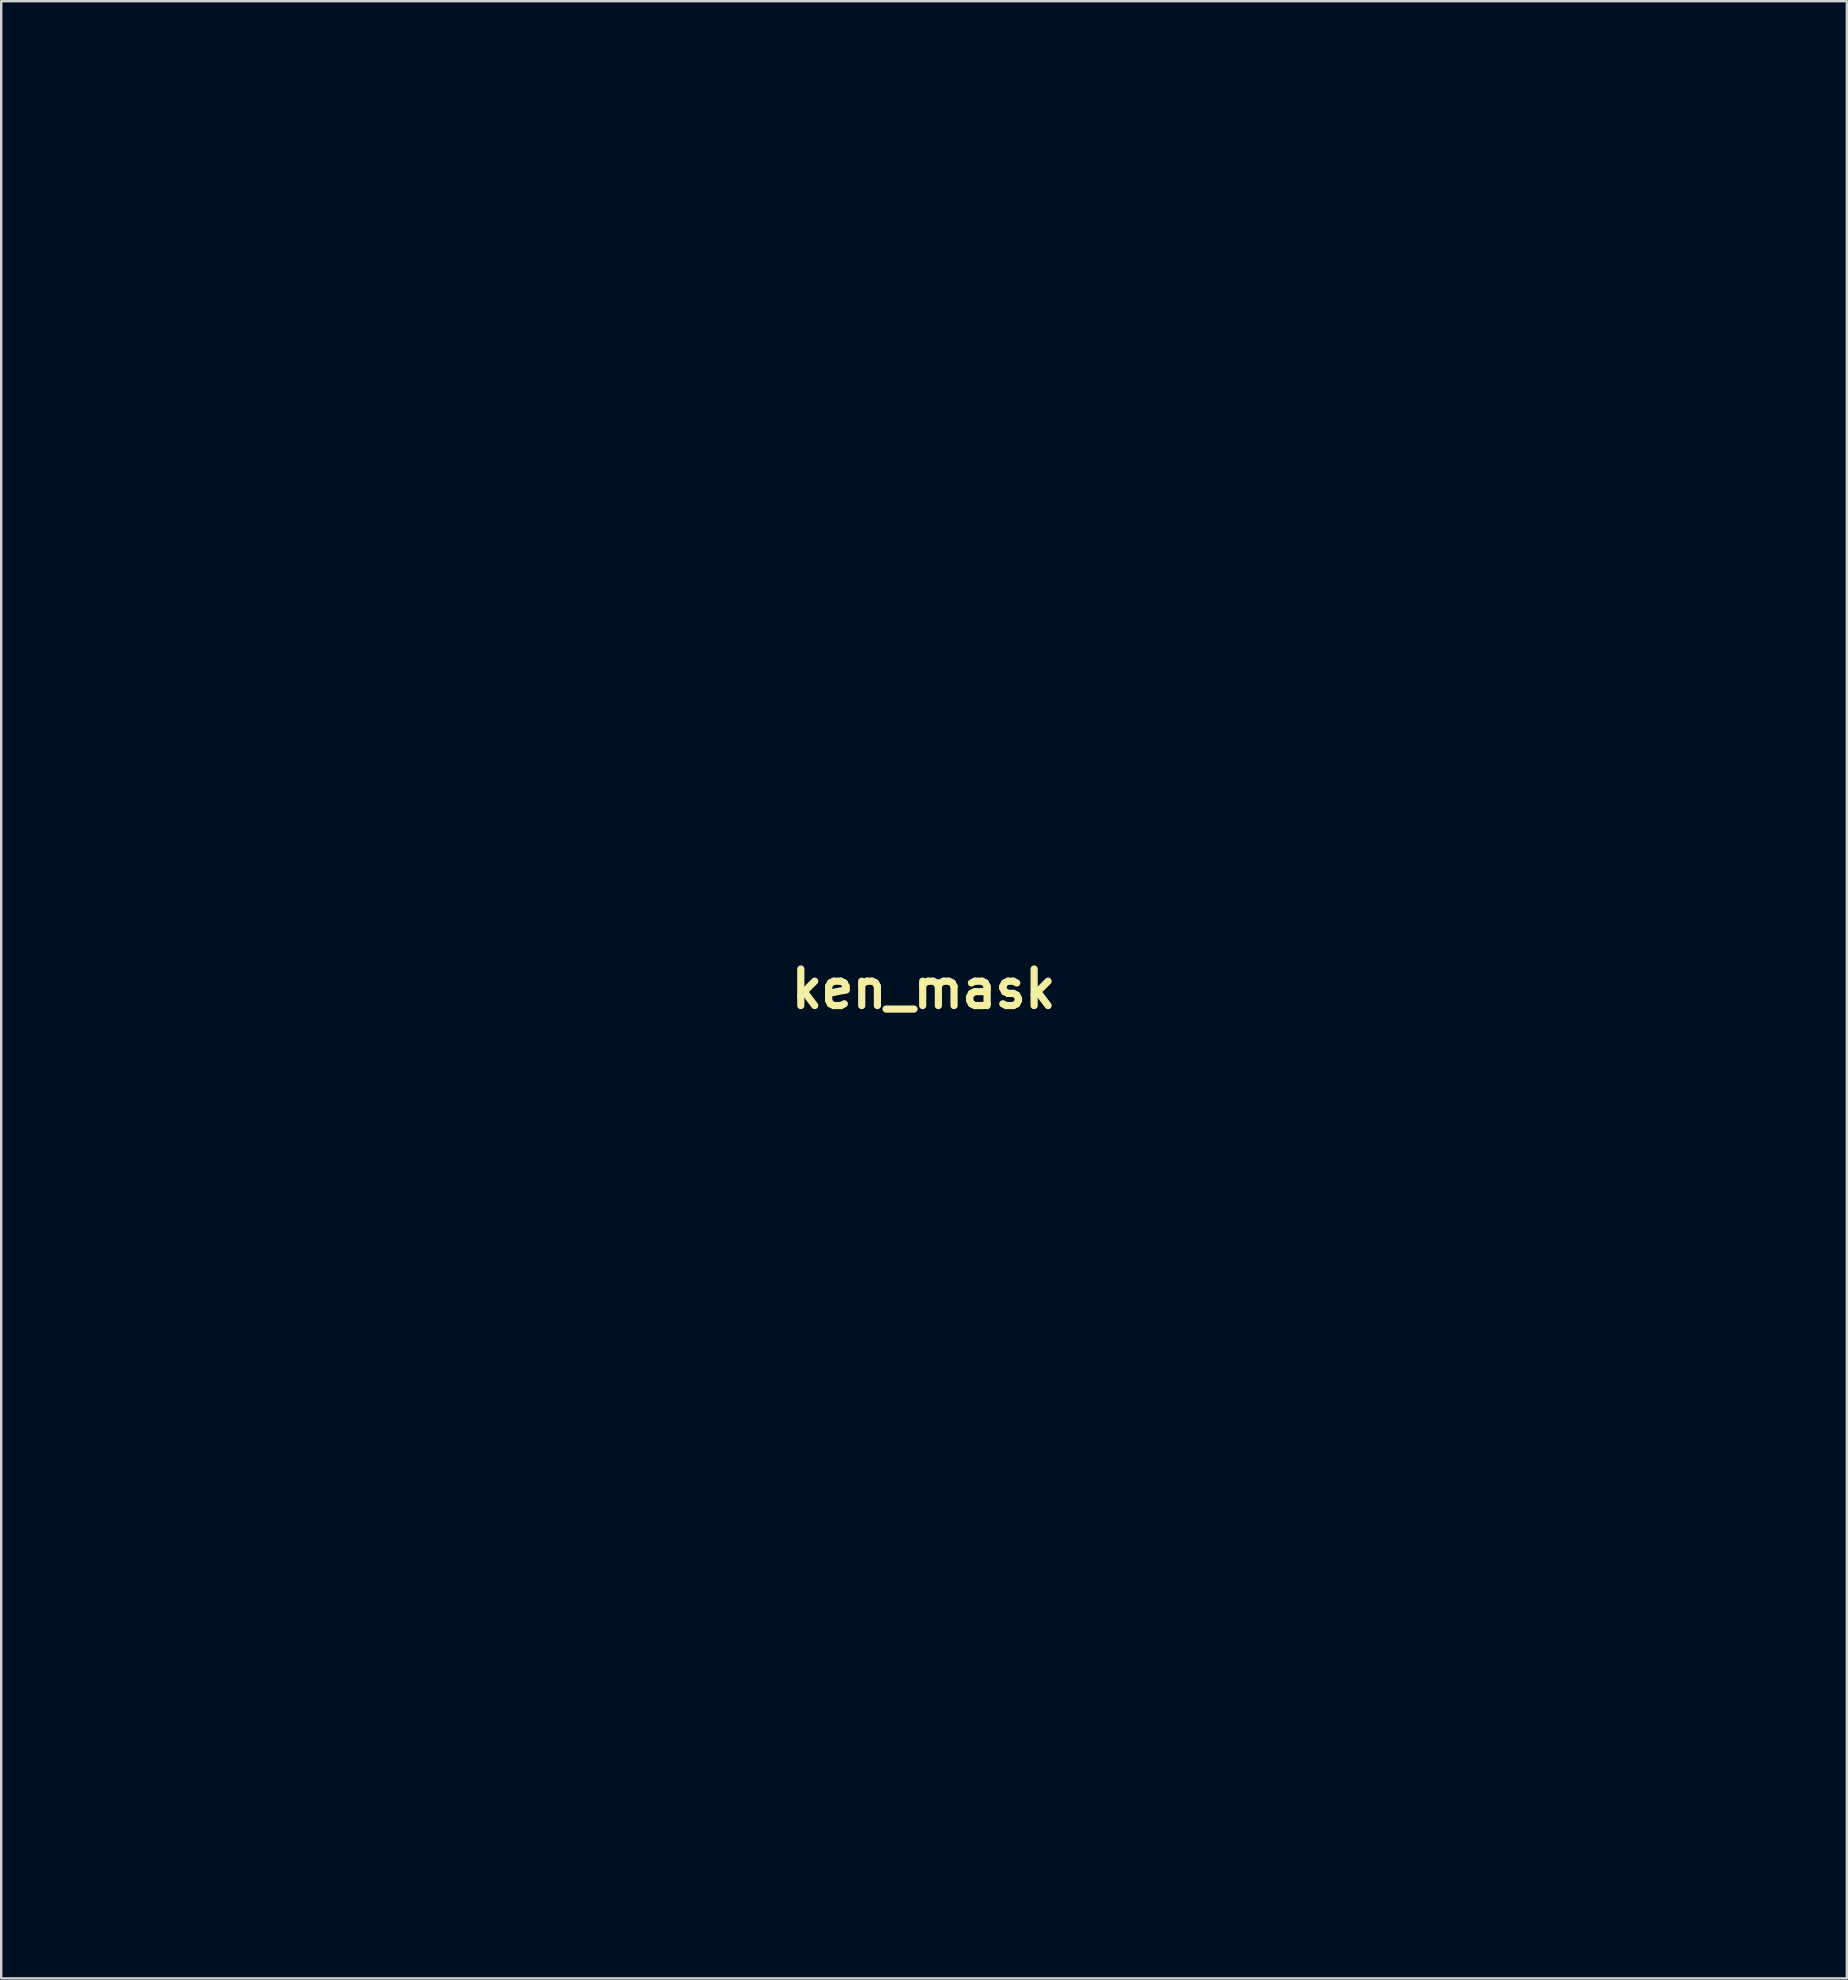
<source format=kicad_pcb>
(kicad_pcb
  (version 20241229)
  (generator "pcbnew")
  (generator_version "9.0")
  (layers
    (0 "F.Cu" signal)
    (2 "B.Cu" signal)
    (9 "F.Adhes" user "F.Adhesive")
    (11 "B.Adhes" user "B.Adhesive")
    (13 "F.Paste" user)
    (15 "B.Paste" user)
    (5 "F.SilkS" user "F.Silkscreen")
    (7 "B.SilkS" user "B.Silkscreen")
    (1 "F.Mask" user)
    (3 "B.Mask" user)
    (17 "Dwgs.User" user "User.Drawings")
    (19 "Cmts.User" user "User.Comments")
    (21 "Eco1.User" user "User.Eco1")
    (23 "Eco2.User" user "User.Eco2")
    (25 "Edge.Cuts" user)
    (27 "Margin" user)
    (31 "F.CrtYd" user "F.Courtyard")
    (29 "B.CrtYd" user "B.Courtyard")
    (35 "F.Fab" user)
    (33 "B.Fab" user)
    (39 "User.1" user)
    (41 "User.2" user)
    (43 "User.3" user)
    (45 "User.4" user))
  (footprint "ken_mask"
    (layer "F.Cu")
    (at 35.438 38.166)
    (property "Reference" "ken_mask" (at 0 0 0) (layer "F.SilkS") (effects (font (size 1.524 1.524) (thickness 0.3))))
    (attr through_hole)
    (fp_poly (pts (xy 33.328 38.025) (xy 33.349 38.027) (xy 33.384 38.034) (xy 33.343 38.04) (xy 33.236 38.043) (xy 33.168 38.043) (xy 33.037 38.041) (xy 32.972 38.037) (xy 32.979 38.03) (xy 33.011 38.027) (xy 33.17 38.02) (xy 33.328 38.025)) (stroke (width 0.01) (type solid)) (fill yes) (layer "F.Mask"))
    (fp_poly (pts (xy -19.625 26.401) (xy -19.516 26.47) (xy -19.399 26.562) (xy -19.297 26.659) (xy -19.232 26.742) (xy -19.219 26.778) (xy -19.256 26.855) (xy -19.349 26.904) (xy -19.476 26.923) (xy -19.613 26.91) (xy -19.737 26.863) (xy -19.793 26.82) (xy -19.874 26.699) (xy -19.898 26.573) (xy -19.868 26.463) (xy -19.788 26.391) (xy -19.704 26.374) (xy -19.625 26.401)) (stroke (width 0.01) (type solid)) (fill yes) (layer "F.Mask"))
    (fp_poly (pts (xy 9.923 0.315) (xy 10.01 0.394) (xy 10.061 0.535) (xy 10.065 0.724) (xy 10.018 0.939) (xy 9.926 1.088) (xy 9.792 1.166) (xy 9.732 1.176) (xy 9.605 1.166) (xy 9.499 1.125) (xy 9.498 1.124) (xy 9.4 1.01) (xy 9.378 0.859) (xy 9.433 0.672) (xy 9.442 0.652) (xy 9.558 0.467) (xy 9.684 0.35) (xy 9.81 0.3) (xy 9.923 0.315)) (stroke (width 0.01) (type solid)) (fill yes) (layer "F.Mask"))
    (fp_poly (pts (xy -14.413 -24.359) (xy -14.325 -24.277) (xy -14.276 -24.133) (xy -14.278 -23.949) (xy -14.325 -23.746) (xy -14.412 -23.548) (xy -14.533 -23.379) (xy -14.643 -23.305) (xy -14.77 -23.287) (xy -14.879 -23.327) (xy -14.905 -23.352) (xy -14.952 -23.465) (xy -14.959 -23.628) (xy -14.932 -23.815) (xy -14.877 -24.005) (xy -14.8 -24.174) (xy -14.705 -24.298) (xy -14.675 -24.322) (xy -14.538 -24.379) (xy -14.413 -24.359)) (stroke (width 0.01) (type solid)) (fill yes) (layer "F.Mask"))
    (fp_poly (pts (xy 3.214 1.969) (xy 3.247 2.055) (xy 3.233 2.165) (xy 3.173 2.286) (xy 3.071 2.405) (xy 2.929 2.509) (xy 2.861 2.544) (xy 2.708 2.605) (xy 2.602 2.618) (xy 2.522 2.584) (xy 2.479 2.542) (xy 2.434 2.485) (xy 2.428 2.43) (xy 2.46 2.346) (xy 2.483 2.299) (xy 2.612 2.125) (xy 2.796 1.991) (xy 2.993 1.922) (xy 3.13 1.92) (xy 3.214 1.969)) (stroke (width 0.01) (type solid)) (fill yes) (layer "F.Mask"))
    (fp_poly (pts (xy 18.514 20.606) (xy 18.621 20.694) (xy 18.687 20.851) (xy 18.7 20.93) (xy 18.705 21.076) (xy 18.67 21.194) (xy 18.615 21.287) (xy 18.497 21.421) (xy 18.354 21.52) (xy 18.204 21.578) (xy 18.065 21.591) (xy 17.954 21.553) (xy 17.901 21.487) (xy 17.868 21.322) (xy 17.893 21.131) (xy 17.968 20.938) (xy 18.083 20.769) (xy 18.214 20.657) (xy 18.376 20.593) (xy 18.514 20.606)) (stroke (width 0.01) (type solid)) (fill yes) (layer "F.Mask"))
    (fp_poly (pts (xy -19.448 24.148) (xy -19.334 24.223) (xy -19.321 24.237) (xy -19.235 24.367) (xy -19.225 24.498) (xy -19.281 24.619) (xy -19.396 24.719) (xy -19.56 24.785) (xy -19.748 24.807) (xy -19.909 24.795) (xy -20.009 24.756) (xy -20.038 24.73) (xy -20.093 24.643) (xy -20.108 24.585) (xy -20.076 24.493) (xy -19.992 24.382) (xy -19.88 24.276) (xy -19.762 24.197) (xy -19.741 24.188) (xy -19.576 24.137) (xy -19.448 24.148)) (stroke (width 0.01) (type solid)) (fill yes) (layer "F.Mask"))
    (fp_poly (pts (xy -24.443 37.658) (xy -24.393 37.671) (xy -24.255 37.719) (xy -24.083 37.798) (xy -23.913 37.889) (xy -23.907 37.893) (xy -23.74 37.988) (xy -23.574 38.078) (xy -23.445 38.142) (xy -23.441 38.144) (xy -23.262 38.225) (xy -24.342 38.225) (xy -25.421 38.224) (xy -25.197 38.147) (xy -25.031 38.074) (xy -24.891 37.986) (xy -24.796 37.896) (xy -24.765 37.824) (xy -24.736 37.761) (xy -24.678 37.696) (xy -24.616 37.651) (xy -24.549 37.639) (xy -24.443 37.658)) (stroke (width 0.01) (type solid)) (fill yes) (layer "F.Mask"))
    (fp_poly (pts (xy -22.297 37.595) (xy -22.249 37.653) (xy -22.107 37.824) (xy -21.967 37.95) (xy -21.807 38.042) (xy -21.609 38.111) (xy -21.352 38.167) (xy -21.258 38.184) (xy -21.23 38.195) (xy -21.283 38.204) (xy -21.417 38.212) (xy -21.63 38.218) (xy -21.919 38.221) (xy -22.051 38.222) (xy -23.041 38.227) (xy -22.932 38.142) (xy -22.848 38.06) (xy -22.742 37.94) (xy -22.669 37.845) (xy -22.571 37.723) (xy -22.478 37.627) (xy -22.424 37.585) (xy -22.355 37.563) (xy -22.297 37.595)) (stroke (width 0.01) (type solid)) (fill yes) (layer "F.Mask"))
    (fp_poly (pts (xy -26.856 37.584) (xy -26.798 37.672) (xy -26.755 37.751) (xy -26.604 37.948) (xy -26.388 38.093) (xy -26.113 38.182) (xy -26.112 38.182) (xy -26.084 38.194) (xy -26.141 38.204) (xy -26.283 38.211) (xy -26.509 38.216) (xy -26.819 38.218) (xy -26.903 38.218) (xy -27.214 38.216) (xy -27.454 38.213) (xy -27.62 38.206) (xy -27.71 38.198) (xy -27.719 38.187) (xy -27.702 38.183) (xy -27.404 38.112) (xy -27.183 38.031) (xy -27.034 37.937) (xy -26.949 37.824) (xy -26.924 37.694) (xy -26.916 37.598) (xy -26.896 37.551) (xy -26.892 37.55) (xy -26.856 37.584)) (stroke (width 0.01) (type solid)) (fill yes) (layer "F.Mask"))
    (fp_poly (pts (xy -14.343 -22.607) (xy -14.245 -22.522) (xy -14.095 -22.329) (xy -14.028 -22.122) (xy -14.044 -21.901) (xy -14.051 -21.876) (xy -14.1 -21.745) (xy -14.173 -21.592) (xy -14.258 -21.435) (xy -14.346 -21.293) (xy -14.425 -21.184) (xy -14.483 -21.128) (xy -14.496 -21.124) (xy -14.542 -21.161) (xy -14.577 -21.25) (xy -14.579 -21.257) (xy -14.59 -21.362) (xy -14.597 -21.526) (xy -14.6 -21.726) (xy -14.599 -21.94) (xy -14.595 -22.145) (xy -14.586 -22.32) (xy -14.574 -22.443) (xy -14.568 -22.475) (xy -14.518 -22.573) (xy -14.468 -22.622) (xy -14.411 -22.638) (xy -14.343 -22.607)) (stroke (width 0.01) (type solid)) (fill yes) (layer "F.Mask"))
    (fp_poly (pts (xy -18.569 28.434) (xy -18.373 28.526) (xy -18.191 28.681) (xy -18.036 28.891) (xy -18.003 28.951) (xy -17.924 29.118) (xy -17.882 29.259) (xy -17.866 29.418) (xy -17.865 29.513) (xy -17.879 29.752) (xy -17.925 29.921) (xy -18.012 30.027) (xy -18.146 30.082) (xy -18.309 30.094) (xy -18.446 30.089) (xy -18.553 30.077) (xy -18.584 30.069) (xy -18.806 29.967) (xy -18.967 29.837) (xy -19.076 29.666) (xy -19.141 29.439) (xy -19.17 29.16) (xy -19.172 28.906) (xy -19.149 28.719) (xy -19.095 28.587) (xy -19.007 28.495) (xy -18.952 28.463) (xy -18.766 28.411) (xy -18.569 28.434)) (stroke (width 0.01) (type solid)) (fill yes) (layer "F.Mask"))
    (fp_poly (pts (xy -14.642 2.649) (xy -14.588 2.715) (xy -14.523 2.842) (xy -14.457 3.008) (xy -14.398 3.191) (xy -14.354 3.369) (xy -14.35 3.391) (xy -14.319 3.724) (xy -14.351 4.019) (xy -14.44 4.269) (xy -14.583 4.469) (xy -14.775 4.61) (xy -15.012 4.687) (xy -15.167 4.699) (xy -15.316 4.694) (xy -15.415 4.67) (xy -15.495 4.617) (xy -15.545 4.57) (xy -15.621 4.485) (xy -15.656 4.406) (xy -15.66 4.297) (xy -15.655 4.22) (xy -15.609 3.996) (xy -15.51 3.732) (xy -15.367 3.446) (xy -15.187 3.156) (xy -15.105 3.04) (xy -14.946 2.839) (xy -14.821 2.708) (xy -14.724 2.645) (xy -14.65 2.645) (xy -14.642 2.649)) (stroke (width 0.01) (type solid)) (fill yes) (layer "F.Mask"))
    (fp_poly (pts (xy -2.057 -32.278) (xy -1.861 -32.234) (xy -1.713 -32.16) (xy -1.626 -32.067) (xy -1.609 -32) (xy -1.642 -31.856) (xy -1.738 -31.67) (xy -1.893 -31.446) (xy -2.1 -31.193) (xy -2.354 -30.915) (xy -2.651 -30.62) (xy -2.93 -30.363) (xy -3.244 -30.087) (xy -3.506 -29.867) (xy -3.725 -29.698) (xy -3.908 -29.573) (xy -4.031 -29.503) (xy -4.163 -29.441) (xy -4.244 -29.427) (xy -4.289 -29.457) (xy -4.303 -29.485) (xy -4.315 -29.578) (xy -4.293 -29.708) (xy -4.232 -29.884) (xy -4.13 -30.116) (xy -4.009 -30.363) (xy -3.728 -30.88) (xy -3.453 -31.314) (xy -3.181 -31.666) (xy -2.911 -31.939) (xy -2.642 -32.133) (xy -2.561 -32.176) (xy -2.409 -32.247) (xy -2.294 -32.282) (xy -2.183 -32.289) (xy -2.057 -32.278)) (stroke (width 0.01) (type solid)) (fill yes) (layer "F.Mask"))
    (fp_poly (pts (xy -34.66 37.574) (xy -34.521 37.635) (xy -34.38 37.736) (xy -34.312 37.803) (xy -34.216 37.869) (xy -34.053 37.94) (xy -33.838 38.01) (xy -33.588 38.075) (xy -33.319 38.13) (xy -33.126 38.161) (xy -33.012 38.177) (xy -32.932 38.189) (xy -32.891 38.199) (xy -32.896 38.207) (xy -32.952 38.212) (xy -33.065 38.216) (xy -33.241 38.219) (xy -33.486 38.22) (xy -33.806 38.222) (xy -34.068 38.223) (xy -35.433 38.227) (xy -35.427 37.878) (xy -35.424 37.716) (xy -35.419 37.634) (xy -35.412 37.624) (xy -35.401 37.681) (xy -35.394 37.73) (xy -35.363 37.865) (xy -35.319 37.971) (xy -35.298 37.999) (xy -35.258 38.028) (xy -35.218 38.022) (xy -35.161 37.968) (xy -35.073 37.858) (xy -35.051 37.829) (xy -34.947 37.705) (xy -34.847 37.611) (xy -34.773 37.566) (xy -34.66 37.574)) (stroke (width 0.01) (type solid)) (fill yes) (layer "F.Mask"))
    (fp_poly (pts (xy -1.422 8.819) (xy -1.331 8.903) (xy -1.214 9.05) (xy -1.079 9.244) (xy -0.935 9.472) (xy -0.79 9.718) (xy -0.655 9.968) (xy -0.536 10.207) (xy -0.443 10.421) (xy -0.405 10.526) (xy -0.342 10.762) (xy -0.326 10.944) (xy -0.36 11.09) (xy -0.444 11.217) (xy -0.465 11.239) (xy -0.624 11.355) (xy -0.795 11.388) (xy -0.982 11.339) (xy -1.057 11.298) (xy -1.191 11.197) (xy -1.354 11.045) (xy -1.529 10.862) (xy -1.699 10.666) (xy -1.844 10.477) (xy -1.925 10.355) (xy -2.008 10.208) (xy -2.053 10.097) (xy -2.068 9.987) (xy -2.065 9.843) (xy -2.065 9.842) (xy -2.042 9.666) (xy -1.988 9.488) (xy -1.893 9.277) (xy -1.883 9.256) (xy -1.759 9.03) (xy -1.652 8.882) (xy -1.557 8.806) (xy -1.467 8.798) (xy -1.422 8.819)) (stroke (width 0.01) (type solid)) (fill yes) (layer "F.Mask"))
    (fp_poly (pts (xy -19.245 -13.237) (xy -19.163 -13.162) (xy -19.095 -13.01) (xy -19.041 -12.786) (xy -19.002 -12.497) (xy -18.979 -12.149) (xy -18.974 -11.748) (xy -18.982 -11.409) (xy -19.01 -10.871) (xy -19.053 -10.379) (xy -19.109 -9.938) (xy -19.176 -9.556) (xy -19.255 -9.238) (xy -19.343 -8.991) (xy -19.44 -8.821) (xy -19.46 -8.796) (xy -19.571 -8.729) (xy -19.698 -8.729) (xy -19.81 -8.793) (xy -19.838 -8.828) (xy -19.872 -8.913) (xy -19.887 -9.043) (xy -19.883 -9.227) (xy -19.86 -9.472) (xy -19.818 -9.788) (xy -19.79 -9.97) (xy -19.726 -10.414) (xy -19.667 -10.913) (xy -19.615 -11.437) (xy -19.573 -11.956) (xy -19.56 -12.15) (xy -19.544 -12.39) (xy -19.524 -12.611) (xy -19.503 -12.795) (xy -19.484 -12.922) (xy -19.476 -12.956) (xy -19.409 -13.128) (xy -19.333 -13.223) (xy -19.251 -13.239) (xy -19.245 -13.237)) (stroke (width 0.01) (type solid)) (fill yes) (layer "F.Mask"))
    (fp_poly (pts (xy -31.246 36.585) (xy -31.007 36.637) (xy -30.738 36.744) (xy -30.456 36.894) (xy -30.178 37.074) (xy -29.922 37.274) (xy -29.704 37.482) (xy -29.542 37.686) (xy -29.486 37.784) (xy -29.383 37.965) (xy -29.265 38.082) (xy -29.108 38.153) (xy -28.993 38.181) (xy -28.976 38.192) (xy -29.042 38.201) (xy -29.189 38.208) (xy -29.416 38.214) (xy -29.72 38.217) (xy -30.099 38.219) (xy -30.141 38.219) (xy -30.51 38.219) (xy -30.801 38.218) (xy -31.019 38.215) (xy -31.173 38.212) (xy -31.267 38.206) (xy -31.31 38.198) (xy -31.306 38.188) (xy -31.263 38.175) (xy -31.235 38.168) (xy -31.052 38.118) (xy -30.928 38.053) (xy -30.866 37.967) (xy -30.865 37.853) (xy -30.925 37.704) (xy -31.046 37.512) (xy -31.23 37.272) (xy -31.271 37.221) (xy -31.402 37.042) (xy -31.473 36.896) (xy -31.491 36.764) (xy -31.477 36.677) (xy -31.454 36.61) (xy -31.411 36.581) (xy -31.324 36.579) (xy -31.246 36.585)) (stroke (width 0.01) (type solid)) (fill yes) (layer "F.Mask"))
    (fp_poly (pts (xy 13.304 -6.198) (xy 13.399 -6.129) (xy 13.538 -6.024) (xy 13.711 -5.892) (xy 13.894 -5.751) (xy 14.241 -5.489) (xy 14.539 -5.287) (xy 14.796 -5.14) (xy 15.021 -5.044) (xy 15.22 -4.996) (xy 15.402 -4.991) (xy 15.473 -5.001) (xy 15.558 -4.979) (xy 15.626 -4.884) (xy 15.673 -4.729) (xy 15.7 -4.523) (xy 15.704 -4.279) (xy 15.684 -4.006) (xy 15.644 -3.75) (xy 15.58 -3.468) (xy 15.504 -3.255) (xy 15.41 -3.096) (xy 15.288 -2.974) (xy 15.217 -2.924) (xy 14.975 -2.808) (xy 14.685 -2.724) (xy 14.378 -2.68) (xy 14.085 -2.679) (xy 13.906 -2.707) (xy 13.702 -2.78) (xy 13.54 -2.883) (xy 13.446 -2.996) (xy 13.402 -3.106) (xy 13.365 -3.254) (xy 13.334 -3.447) (xy 13.31 -3.693) (xy 13.29 -3.999) (xy 13.276 -4.372) (xy 13.265 -4.82) (xy 13.262 -4.964) (xy 13.258 -5.28) (xy 13.255 -5.568) (xy 13.254 -5.816) (xy 13.255 -6.014) (xy 13.258 -6.151) (xy 13.263 -6.218) (xy 13.265 -6.223) (xy 13.304 -6.198)) (stroke (width 0.01) (type solid)) (fill yes) (layer "F.Mask"))
    (fp_poly (pts (xy 2.782 -6.461) (xy 2.96 -6.377) (xy 3.1 -6.226) (xy 3.134 -6.169) (xy 3.197 -5.986) (xy 3.217 -5.754) (xy 3.195 -5.5) (xy 3.132 -5.245) (xy 3.081 -5.114) (xy 2.894 -4.773) (xy 2.654 -4.435) (xy 2.38 -4.124) (xy 2.091 -3.862) (xy 1.933 -3.747) (xy 1.743 -3.633) (xy 1.557 -3.546) (xy 1.359 -3.484) (xy 1.132 -3.442) (xy 0.858 -3.417) (xy 0.52 -3.404) (xy 0.445 -3.403) (xy 0.193 -3.401) (xy -0.042 -3.404) (xy -0.241 -3.412) (xy -0.386 -3.423) (xy -0.443 -3.432) (xy -0.58 -3.484) (xy -0.698 -3.556) (xy -0.712 -3.568) (xy -0.762 -3.622) (xy -0.791 -3.681) (xy -0.802 -3.769) (xy -0.799 -3.908) (xy -0.795 -4) (xy -0.763 -4.275) (xy -0.692 -4.496) (xy -0.572 -4.687) (xy -0.412 -4.855) (xy -0.172 -5.023) (xy 0.024 -5.1) (xy 0.441 -5.261) (xy 0.87 -5.505) (xy 1.309 -5.831) (xy 1.446 -5.949) (xy 1.722 -6.163) (xy 2.003 -6.328) (xy 2.274 -6.438) (xy 2.518 -6.485) (xy 2.55 -6.486) (xy 2.782 -6.461)) (stroke (width 0.01) (type solid)) (fill yes) (layer "F.Mask"))
    (fp_poly (pts (xy 3.904 -1.08) (xy 4.307 -1.066) (xy 4.716 -1.044) (xy 5.123 -1.016) (xy 5.518 -0.98) (xy 5.894 -0.938) (xy 6.242 -0.889) (xy 6.401 -0.862) (xy 6.612 -0.819) (xy 6.749 -0.776) (xy 6.82 -0.725) (xy 6.836 -0.659) (xy 6.805 -0.571) (xy 6.8 -0.561) (xy 6.722 -0.448) (xy 6.589 -0.298) (xy 6.416 -0.124) (xy 6.218 0.061) (xy 6.008 0.246) (xy 5.801 0.417) (xy 5.611 0.561) (xy 5.452 0.666) (xy 5.392 0.698) (xy 5.232 0.744) (xy 5.04 0.758) (xy 4.86 0.738) (xy 4.795 0.718) (xy 4.721 0.683) (xy 4.593 0.614) (xy 4.429 0.523) (xy 4.265 0.43) (xy 4 0.282) (xy 3.704 0.124) (xy 3.397 -0.034) (xy 3.099 -0.182) (xy 2.83 -0.309) (xy 2.609 -0.406) (xy 2.564 -0.424) (xy 2.422 -0.495) (xy 2.272 -0.591) (xy 2.132 -0.699) (xy 2.021 -0.804) (xy 1.956 -0.89) (xy 1.947 -0.922) (xy 1.988 -0.969) (xy 2.104 -1.009) (xy 2.288 -1.04) (xy 2.529 -1.063) (xy 2.82 -1.079) (xy 3.152 -1.087) (xy 3.516 -1.087) (xy 3.904 -1.08)) (stroke (width 0.01) (type solid)) (fill yes) (layer "F.Mask"))
    (fp_poly (pts (xy -35.395 32.22) (xy -35.383 32.264) (xy -35.369 32.339) (xy -35.367 32.35) (xy -35.251 32.818) (xy -35.084 33.233) (xy -34.869 33.589) (xy -34.611 33.88) (xy -34.311 34.102) (xy -34.183 34.17) (xy -33.994 34.246) (xy -33.786 34.302) (xy -33.531 34.346) (xy -33.442 34.357) (xy -33.19 34.394) (xy -32.996 34.437) (xy -32.831 34.494) (xy -32.722 34.545) (xy -32.519 34.664) (xy -32.335 34.805) (xy -32.175 34.956) (xy -32.048 35.109) (xy -31.96 35.252) (xy -31.919 35.377) (xy -31.932 35.473) (xy -32.005 35.53) (xy -32.015 35.533) (xy -32.089 35.542) (xy -32.23 35.548) (xy -32.417 35.551) (xy -32.634 35.553) (xy -32.86 35.552) (xy -33.077 35.549) (xy -33.267 35.544) (xy -33.411 35.536) (xy -33.465 35.531) (xy -33.62 35.512) (xy -33.822 35.487) (xy -34.056 35.459) (xy -34.308 35.429) (xy -34.564 35.399) (xy -34.808 35.371) (xy -35.027 35.345) (xy -35.206 35.325) (xy -35.33 35.311) (xy -35.386 35.306) (xy -35.387 35.306) (xy -35.4 35.274) (xy -35.41 35.176) (xy -35.419 35.008) (xy -35.424 34.769) (xy -35.428 34.453) (xy -35.429 34.059) (xy -35.429 33.666) (xy -35.428 33.253) (xy -35.427 32.918) (xy -35.425 32.657) (xy -35.422 32.461) (xy -35.417 32.326) (xy -35.412 32.244) (xy -35.404 32.211) (xy -35.395 32.22)) (stroke (width 0.01) (type solid)) (fill yes) (layer "F.Mask"))
    (fp_poly (pts (xy -18.802 -2.197) (xy -18.736 -2.161) (xy -18.57 -2.029) (xy -18.387 -1.832) (xy -18.197 -1.587) (xy -18.009 -1.309) (xy -17.834 -1.014) (xy -17.681 -0.719) (xy -17.561 -0.438) (xy -17.484 -0.189) (xy -17.48 -0.171) (xy -17.457 -0.038) (xy -17.46 0.062) (xy -17.496 0.169) (xy -17.543 0.267) (xy -17.671 0.485) (xy -17.855 0.742) (xy -18.084 1.025) (xy -18.345 1.321) (xy -18.627 1.616) (xy -18.919 1.899) (xy -19.209 2.156) (xy -19.362 2.281) (xy -19.617 2.473) (xy -19.825 2.606) (xy -19.993 2.682) (xy -20.13 2.705) (xy -20.245 2.677) (xy -20.348 2.601) (xy -20.401 2.538) (xy -20.43 2.471) (xy -20.431 2.386) (xy -20.402 2.27) (xy -20.341 2.11) (xy -20.246 1.893) (xy -20.197 1.787) (xy -20.042 1.422) (xy -19.91 1.045) (xy -19.796 0.639) (xy -19.696 0.188) (xy -19.667 0.024) (xy -18.838 0.024) (xy -18.824 0.199) (xy -18.785 0.331) (xy -18.73 0.409) (xy -18.666 0.423) (xy -18.6 0.366) (xy -18.586 0.341) (xy -18.551 0.224) (xy -18.545 0.071) (xy -18.561 -0.092) (xy -18.598 -0.243) (xy -18.649 -0.358) (xy -18.712 -0.413) (xy -18.716 -0.414) (xy -18.774 -0.386) (xy -18.814 -0.28) (xy -18.835 -0.101) (xy -18.838 0.024) (xy -19.667 0.024) (xy -19.605 -0.326) (xy -19.58 -0.487) (xy -19.492 -0.986) (xy -19.391 -1.407) (xy -19.276 -1.752) (xy -19.213 -1.897) (xy -19.112 -2.082) (xy -19.017 -2.189) (xy -18.917 -2.226) (xy -18.802 -2.197)) (stroke (width 0.01) (type solid)) (fill yes) (layer "F.Mask"))
    (fp_poly (pts (xy 5.953 11.524) (xy 6.132 11.55) (xy 6.345 11.589) (xy 6.57 11.637) (xy 6.585 11.64) (xy 6.784 11.683) (xy 7.047 11.736) (xy 7.355 11.796) (xy 7.688 11.858) (xy 8.028 11.919) (xy 8.241 11.956) (xy 8.758 12.05) (xy 9.194 12.14) (xy 9.554 12.226) (xy 9.84 12.309) (xy 10.056 12.392) (xy 10.206 12.474) (xy 10.243 12.501) (xy 10.384 12.597) (xy 10.577 12.686) (xy 10.826 12.771) (xy 11.139 12.852) (xy 11.521 12.933) (xy 11.978 13.013) (xy 12.267 13.059) (xy 12.757 13.14) (xy 13.166 13.223) (xy 13.499 13.31) (xy 13.76 13.4) (xy 13.953 13.497) (xy 14.083 13.6) (xy 14.115 13.64) (xy 14.176 13.796) (xy 14.165 13.976) (xy 14.087 14.173) (xy 13.948 14.377) (xy 13.754 14.582) (xy 13.512 14.779) (xy 13.226 14.96) (xy 13.061 15.046) (xy 12.51 15.28) (xy 11.978 15.438) (xy 11.466 15.519) (xy 10.98 15.521) (xy 10.626 15.471) (xy 10.388 15.41) (xy 10.138 15.326) (xy 9.867 15.216) (xy 9.569 15.075) (xy 9.239 14.9) (xy 8.869 14.688) (xy 8.452 14.435) (xy 7.982 14.137) (xy 7.454 13.792) (xy 7.371 13.738) (xy 6.98 13.472) (xy 6.655 13.236) (xy 6.386 13.023) (xy 6.165 12.825) (xy 6.165 12.824) (xy 5.904 12.556) (xy 5.704 12.309) (xy 5.564 12.088) (xy 5.486 11.897) (xy 5.471 11.74) (xy 5.52 11.621) (xy 5.634 11.544) (xy 5.814 11.515) (xy 5.834 11.515) (xy 5.953 11.524)) (stroke (width 0.01) (type solid)) (fill yes) (layer "F.Mask"))
    (fp_poly (pts (xy 6.494 -6.396) (xy 6.816 -6.335) (xy 7.197 -6.225) (xy 7.273 -6.2) (xy 8.023 -5.907) (xy 8.737 -5.544) (xy 9.406 -5.114) (xy 10.023 -4.624) (xy 10.445 -4.221) (xy 10.771 -3.854) (xy 11.033 -3.501) (xy 11.229 -3.164) (xy 11.358 -2.848) (xy 11.419 -2.556) (xy 11.411 -2.295) (xy 11.331 -2.066) (xy 11.18 -1.875) (xy 11.166 -1.863) (xy 10.879 -1.601) (xy 10.624 -1.345) (xy 10.412 -1.105) (xy 10.256 -0.896) (xy 10.226 -0.847) (xy 10.088 -0.627) (xy 9.974 -0.48) (xy 9.875 -0.401) (xy 9.779 -0.388) (xy 9.678 -0.435) (xy 9.56 -0.539) (xy 9.538 -0.561) (xy 9.381 -0.741) (xy 9.282 -0.906) (xy 9.23 -1.085) (xy 9.214 -1.308) (xy 9.213 -1.376) (xy 9.219 -1.577) (xy 9.232 -1.782) (xy 9.248 -1.947) (xy 9.248 -1.95) (xy 9.263 -2.092) (xy 9.255 -2.183) (xy 9.217 -2.256) (xy 9.18 -2.301) (xy 9.153 -2.332) (xy 9.123 -2.359) (xy 9.082 -2.385) (xy 9.024 -2.414) (xy 8.939 -2.446) (xy 8.822 -2.486) (xy 8.664 -2.534) (xy 8.458 -2.594) (xy 8.196 -2.669) (xy 7.871 -2.76) (xy 7.475 -2.87) (xy 7.281 -2.924) (xy 6.854 -3.044) (xy 6.501 -3.15) (xy 6.215 -3.249) (xy 5.99 -3.347) (xy 5.818 -3.453) (xy 5.692 -3.573) (xy 5.606 -3.713) (xy 5.55 -3.882) (xy 5.52 -4.086) (xy 5.506 -4.333) (xy 5.503 -4.629) (xy 5.503 -4.682) (xy 5.514 -5.145) (xy 5.548 -5.53) (xy 5.61 -5.84) (xy 5.704 -6.079) (xy 5.836 -6.25) (xy 6.008 -6.357) (xy 6.226 -6.405) (xy 6.494 -6.396)) (stroke (width 0.01) (type solid)) (fill yes) (layer "F.Mask"))
    (fp_poly (pts (xy 14.244 0.177) (xy 14.408 0.193) (xy 14.517 0.224) (xy 14.606 0.279) (xy 14.651 0.319) (xy 14.739 0.416) (xy 14.824 0.537) (xy 14.907 0.689) (xy 14.99 0.88) (xy 15.077 1.115) (xy 15.17 1.403) (xy 15.272 1.751) (xy 15.384 2.165) (xy 15.51 2.653) (xy 15.551 2.815) (xy 15.68 3.337) (xy 15.788 3.786) (xy 15.876 4.169) (xy 15.946 4.496) (xy 16 4.774) (xy 16.038 5.011) (xy 16.064 5.215) (xy 16.074 5.343) (xy 16.081 5.611) (xy 16.053 5.821) (xy 15.982 5.998) (xy 15.858 6.166) (xy 15.677 6.344) (xy 15.384 6.578) (xy 15.11 6.73) (xy 14.854 6.801) (xy 14.615 6.792) (xy 14.457 6.739) (xy 14.333 6.666) (xy 14.186 6.56) (xy 14.076 6.468) (xy 13.928 6.345) (xy 13.774 6.241) (xy 13.605 6.154) (xy 13.411 6.082) (xy 13.183 6.021) (xy 12.91 5.971) (xy 12.585 5.927) (xy 12.196 5.889) (xy 11.736 5.853) (xy 11.583 5.842) (xy 11.222 5.811) (xy 10.925 5.766) (xy 10.671 5.703) (xy 10.439 5.613) (xy 10.207 5.492) (xy 9.998 5.36) (xy 9.785 5.211) (xy 9.631 5.081) (xy 9.538 4.96) (xy 9.506 4.839) (xy 9.536 4.708) (xy 9.629 4.558) (xy 9.787 4.379) (xy 10.01 4.163) (xy 10.147 4.037) (xy 10.617 3.603) (xy 11.031 3.201) (xy 11.404 2.816) (xy 11.751 2.431) (xy 12.087 2.03) (xy 12.426 1.598) (xy 12.533 1.458) (xy 12.856 1.051) (xy 13.156 0.723) (xy 13.432 0.473) (xy 13.686 0.3) (xy 13.743 0.27) (xy 13.892 0.206) (xy 14.022 0.177) (xy 14.178 0.173) (xy 14.244 0.177)) (stroke (width 0.01) (type solid)) (fill yes) (layer "F.Mask"))
    (fp_poly (pts (xy 15.385 19.773) (xy 15.446 19.791) (xy 15.488 19.831) (xy 15.515 19.87) (xy 15.546 19.923) (xy 15.563 19.979) (xy 15.567 20.055) (xy 15.556 20.17) (xy 15.532 20.341) (xy 15.513 20.467) (xy 15.479 20.695) (xy 15.462 20.864) (xy 15.46 21.002) (xy 15.472 21.133) (xy 15.489 21.239) (xy 15.57 21.532) (xy 15.709 21.83) (xy 15.911 22.144) (xy 16.173 22.473) (xy 16.322 22.649) (xy 16.421 22.779) (xy 16.47 22.881) (xy 16.473 22.976) (xy 16.431 23.083) (xy 16.348 23.221) (xy 16.278 23.329) (xy 16.134 23.527) (xy 15.932 23.771) (xy 15.681 24.054) (xy 15.387 24.368) (xy 15.06 24.705) (xy 14.706 25.057) (xy 14.334 25.416) (xy 13.952 25.776) (xy 13.566 26.128) (xy 13.186 26.464) (xy 12.818 26.778) (xy 12.573 26.979) (xy 12.258 27.23) (xy 11.993 27.43) (xy 11.767 27.587) (xy 11.566 27.705) (xy 11.38 27.791) (xy 11.194 27.85) (xy 10.998 27.889) (xy 10.778 27.913) (xy 10.604 27.925) (xy 10.414 27.933) (xy 10.285 27.93) (xy 10.193 27.912) (xy 10.116 27.878) (xy 10.087 27.86) (xy 9.99 27.776) (xy 9.929 27.684) (xy 9.925 27.671) (xy 9.926 27.557) (xy 9.966 27.388) (xy 10.039 27.182) (xy 10.138 26.957) (xy 10.257 26.73) (xy 10.31 26.641) (xy 10.568 26.215) (xy 10.79 25.839) (xy 10.988 25.492) (xy 11.174 25.153) (xy 11.359 24.8) (xy 11.554 24.414) (xy 11.663 24.194) (xy 11.886 23.746) (xy 12.08 23.371) (xy 12.249 23.064) (xy 12.395 22.818) (xy 12.523 22.628) (xy 12.635 22.49) (xy 12.736 22.397) (xy 12.828 22.343) (xy 12.85 22.336) (xy 12.933 22.277) (xy 13.037 22.15) (xy 13.155 21.966) (xy 13.282 21.737) (xy 13.408 21.476) (xy 13.507 21.244) (xy 13.643 20.925) (xy 13.767 20.672) (xy 13.89 20.469) (xy 14.021 20.3) (xy 14.17 20.148) (xy 14.186 20.133) (xy 14.394 19.977) (xy 14.624 19.871) (xy 14.898 19.806) (xy 15.119 19.782) (xy 15.283 19.771) (xy 15.385 19.773)) (stroke (width 0.01) (type solid)) (fill yes) (layer "F.Mask"))
    (fp_poly (pts (xy -18.907 35.831) (xy -18.626 35.955) (xy -18.337 36.159) (xy -18.116 36.362) (xy -17.861 36.646) (xy -17.68 36.913) (xy -17.571 37.172) (xy -17.527 37.433) (xy -17.526 37.487) (xy -17.511 37.688) (xy -17.455 37.834) (xy -17.345 37.947) (xy -17.167 38.047) (xy -17.136 38.061) (xy -16.998 38.113) (xy -16.858 38.144) (xy -16.685 38.158) (xy -16.531 38.161) (xy -16.243 38.146) (xy -16.017 38.098) (xy -15.834 38.007) (xy -15.677 37.867) (xy -15.595 37.765) (xy -15.507 37.654) (xy -15.437 37.576) (xy -15.402 37.55) (xy -15.375 37.587) (xy -15.347 37.677) (xy -15.343 37.697) (xy -15.321 37.772) (xy -15.279 37.829) (xy -15.203 37.872) (xy -15.083 37.906) (xy -14.905 37.936) (xy -14.657 37.965) (xy -14.605 37.971) (xy -14.356 37.993) (xy -14.028 38.015) (xy -13.627 38.036) (xy -13.159 38.057) (xy -12.63 38.077) (xy -12.046 38.096) (xy -11.413 38.114) (xy -10.736 38.131) (xy -10.022 38.146) (xy -9.276 38.16) (xy -8.505 38.172) (xy -7.714 38.182) (xy -6.909 38.19) (xy -6.097 38.196) (xy -5.863 38.198) (xy -5.728 38.199) (xy -5.674 38.2) (xy -5.698 38.201) (xy -5.799 38.202) (xy -5.972 38.203) (xy -6.214 38.204) (xy -6.523 38.205) (xy -6.896 38.206) (xy -7.329 38.207) (xy -7.819 38.208) (xy -8.364 38.209) (xy -8.961 38.21) (xy -9.606 38.211) (xy -10.296 38.212) (xy -11.029 38.213) (xy -11.801 38.213) (xy -11.917 38.213) (xy -12.898 38.214) (xy -13.797 38.215) (xy -14.618 38.215) (xy -15.363 38.215) (xy -16.035 38.214) (xy -16.637 38.213) (xy -17.172 38.212) (xy -17.643 38.21) (xy -18.053 38.208) (xy -18.405 38.206) (xy -18.701 38.203) (xy -18.946 38.2) (xy -19.141 38.196) (xy -19.289 38.192) (xy -19.395 38.187) (xy -19.459 38.182) (xy -19.487 38.176) (xy -19.479 38.17) (xy -19.473 38.168) (xy -19.269 38.111) (xy -19.098 38.039) (xy -18.98 37.962) (xy -18.937 37.907) (xy -18.937 37.791) (xy -19.007 37.649) (xy -19.142 37.486) (xy -19.334 37.309) (xy -19.577 37.126) (xy -19.864 36.943) (xy -20.079 36.811) (xy -20.226 36.704) (xy -20.314 36.612) (xy -20.352 36.527) (xy -20.348 36.439) (xy -20.346 36.434) (xy -20.279 36.307) (xy -20.148 36.169) (xy -19.968 36.034) (xy -19.77 35.925) (xy -19.473 35.818) (xy -19.187 35.786) (xy -18.907 35.831)) (stroke (width 0.01) (type solid)) (fill yes) (layer "F.Mask"))
    (fp_poly (pts (xy -1.041 16.391) (xy -0.967 16.415) (xy -0.903 16.46) (xy -0.882 16.48) (xy -0.793 16.593) (xy -0.726 16.731) (xy -0.72 16.748) (xy -0.705 16.836) (xy -0.689 16.995) (xy -0.673 17.21) (xy -0.658 17.468) (xy -0.645 17.754) (xy -0.638 17.949) (xy -0.622 18.356) (xy -0.601 18.69) (xy -0.572 18.964) (xy -0.529 19.19) (xy -0.47 19.379) (xy -0.389 19.544) (xy -0.284 19.697) (xy -0.149 19.85) (xy 0.019 20.016) (xy 0.063 20.057) (xy 0.281 20.245) (xy 0.504 20.399) (xy 0.767 20.544) (xy 0.816 20.569) (xy 1.118 20.708) (xy 1.389 20.808) (xy 1.663 20.878) (xy 1.971 20.928) (xy 2.159 20.949) (xy 2.537 21.008) (xy 2.865 21.109) (xy 3.173 21.26) (xy 3.287 21.33) (xy 3.605 21.583) (xy 3.887 21.899) (xy 4.119 22.26) (xy 4.289 22.649) (xy 4.338 22.811) (xy 4.368 22.961) (xy 4.398 23.167) (xy 4.425 23.403) (xy 4.445 23.637) (xy 4.483 24.064) (xy 4.537 24.423) (xy 4.609 24.732) (xy 4.703 25.006) (xy 4.754 25.124) (xy 4.849 25.375) (xy 4.882 25.592) (xy 4.854 25.795) (xy 4.792 25.955) (xy 4.706 26.091) (xy 4.574 26.255) (xy 4.415 26.426) (xy 4.249 26.585) (xy 4.094 26.712) (xy 3.984 26.781) (xy 3.731 26.857) (xy 3.438 26.859) (xy 3.103 26.788) (xy 3.09 26.784) (xy 2.888 26.715) (xy 2.633 26.618) (xy 2.345 26.503) (xy 2.048 26.378) (xy 1.764 26.252) (xy 1.514 26.135) (xy 1.437 26.097) (xy 0.871 25.77) (xy 0.322 25.372) (xy -0.199 24.914) (xy -0.679 24.409) (xy -1.105 23.87) (xy -1.464 23.31) (xy -1.603 23.05) (xy -1.801 22.601) (xy -1.963 22.111) (xy -2.095 21.563) (xy -2.135 21.357) (xy -2.209 20.976) (xy -2.283 20.64) (xy -2.356 20.36) (xy -2.425 20.144) (xy -2.476 20.025) (xy -2.554 19.934) (xy -2.695 19.854) (xy -2.781 19.82) (xy -3.009 19.723) (xy -3.217 19.607) (xy -3.385 19.487) (xy -3.492 19.375) (xy -3.494 19.372) (xy -3.534 19.287) (xy -3.544 19.194) (xy -3.519 19.083) (xy -3.456 18.946) (xy -3.35 18.775) (xy -3.197 18.563) (xy -2.992 18.3) (xy -2.881 18.161) (xy -2.568 17.763) (xy -2.317 17.419) (xy -2.127 17.126) (xy -1.996 16.882) (xy -1.963 16.806) (xy -1.875 16.626) (xy -1.775 16.507) (xy -1.641 16.435) (xy -1.455 16.399) (xy -1.32 16.39) (xy -1.151 16.385) (xy -1.041 16.391)) (stroke (width 0.01) (type solid)) (fill yes) (layer "F.Mask"))
    (fp_poly (pts (xy -16.161 -12.669) (xy -16.031 -12.573) (xy -15.896 -12.407) (xy -15.751 -12.166) (xy -15.647 -11.96) (xy -15.512 -11.7) (xy -15.378 -11.477) (xy -15.252 -11.302) (xy -15.141 -11.185) (xy -15.053 -11.135) (xy -15.041 -11.134) (xy -14.931 -11.096) (xy -14.8 -10.994) (xy -14.657 -10.838) (xy -14.509 -10.644) (xy -14.368 -10.424) (xy -14.241 -10.192) (xy -14.139 -9.96) (xy -14.069 -9.742) (xy -14.061 -9.707) (xy -14.037 -9.492) (xy -14.058 -9.266) (xy -14.127 -9.01) (xy -14.248 -8.707) (xy -14.25 -8.703) (xy -14.384 -8.394) (xy -14.484 -8.145) (xy -14.554 -7.938) (xy -14.6 -7.757) (xy -14.626 -7.586) (xy -14.635 -7.493) (xy -14.634 -7.2) (xy -14.589 -6.897) (xy -14.498 -6.576) (xy -14.356 -6.224) (xy -14.159 -5.834) (xy -13.937 -5.445) (xy -13.788 -5.182) (xy -13.673 -4.941) (xy -13.585 -4.7) (xy -13.517 -4.438) (xy -13.464 -4.134) (xy -13.418 -3.768) (xy -13.395 -3.485) (xy -13.379 -3.15) (xy -13.371 -2.782) (xy -13.371 -2.402) (xy -13.378 -2.03) (xy -13.393 -1.685) (xy -13.414 -1.388) (xy -13.437 -1.189) (xy -13.524 -0.781) (xy -13.65 -0.444) (xy -13.814 -0.179) (xy -14.015 0.012) (xy -14.105 0.067) (xy -14.244 0.119) (xy -14.37 0.11) (xy -14.513 0.041) (xy -14.599 -0.029) (xy -14.68 -0.138) (xy -14.764 -0.297) (xy -14.857 -0.519) (xy -14.923 -0.699) (xy -15.003 -0.861) (xy -15.112 -1.019) (xy -15.157 -1.069) (xy -15.263 -1.166) (xy -15.356 -1.213) (xy -15.473 -1.227) (xy -15.518 -1.228) (xy -15.778 -1.186) (xy -16.043 -1.06) (xy -16.263 -0.894) (xy -16.423 -0.762) (xy -16.549 -0.683) (xy -16.666 -0.644) (xy -16.78 -0.635) (xy -16.986 -0.67) (xy -17.148 -0.767) (xy -17.26 -0.914) (xy -17.319 -1.097) (xy -17.319 -1.305) (xy -17.257 -1.524) (xy -17.163 -1.692) (xy -17.018 -1.931) (xy -16.929 -2.157) (xy -16.886 -2.404) (xy -16.878 -2.603) (xy -16.908 -2.983) (xy -16.976 -3.222) (xy -16.169 -3.222) (xy -16.138 -2.948) (xy -16.111 -2.846) (xy -16.001 -2.62) (xy -15.83 -2.399) (xy -15.621 -2.208) (xy -15.5 -2.127) (xy -15.39 -2.068) (xy -15.232 -1.995) (xy -15.047 -1.913) (xy -14.853 -1.831) (xy -14.668 -1.756) (xy -14.51 -1.697) (xy -14.399 -1.66) (xy -14.361 -1.653) (xy -14.307 -1.687) (xy -14.265 -1.76) (xy -14.234 -1.904) (xy -14.221 -2.117) (xy -14.222 -2.388) (xy -14.238 -2.702) (xy -14.267 -3.046) (xy -14.308 -3.409) (xy -14.358 -3.776) (xy -14.418 -4.135) (xy -14.484 -4.472) (xy -14.557 -4.775) (xy -14.609 -4.956) (xy -14.681 -5.134) (xy -14.78 -5.317) (xy -14.895 -5.488) (xy -15.013 -5.629) (xy -15.12 -5.722) (xy -15.183 -5.749) (xy -15.281 -5.723) (xy -15.376 -5.637) (xy -15.445 -5.533) (xy -15.534 -5.366) (xy -15.637 -5.15) (xy -15.746 -4.903) (xy -15.853 -4.641) (xy -15.953 -4.38) (xy -16.012 -4.212) (xy -16.104 -3.875) (xy -16.157 -3.538) (xy -16.169 -3.222) (xy -16.976 -3.222) (xy -17.004 -3.319) (xy -17.161 -3.606) (xy -17.244 -3.708) (xy -17.358 -3.824) (xy -17.458 -3.891) (xy -17.579 -3.928) (xy -17.648 -3.94) (xy -17.827 -3.982) (xy -17.951 -4.054) (xy -18.042 -4.174) (xy -18.114 -4.337) (xy -18.182 -4.552) (xy -18.231 -4.795) (xy -18.252 -4.975) (xy -17.058 -4.975) (xy -17.052 -4.791) (xy -17.03 -4.686) (xy -16.99 -4.657) (xy -16.93 -4.703) (xy -16.849 -4.82) (xy -16.791 -4.921) (xy -16.653 -5.185) (xy -16.511 -5.482) (xy -16.372 -5.796) (xy -16.241 -6.112) (xy -16.126 -6.414) (xy -16.032 -6.687) (xy -15.966 -6.914) (xy -15.936 -7.06) (xy -15.924 -7.19) (xy -15.935 -7.26) (xy -15.974 -7.294) (xy -15.979 -7.296) (xy -16.085 -7.293) (xy -16.21 -7.217) (xy -16.347 -7.077) (xy -16.492 -6.879) (xy -16.637 -6.632) (xy -16.778 -6.344) (xy -16.909 -6.024) (xy -16.913 -6.011) (xy -16.976 -5.815) (xy -17.017 -5.62) (xy -17.041 -5.393) (xy -17.05 -5.241) (xy -17.058 -4.975) (xy -18.252 -4.975) (xy -18.263 -5.077) (xy -18.28 -5.411) (xy -18.282 -5.809) (xy -18.275 -6.114) (xy -18.238 -6.846) (xy -18.232 -6.895) (xy -17.781 -6.895) (xy -17.773 -6.729) (xy -17.754 -6.627) (xy -17.754 -6.627) (xy -17.724 -6.581) (xy -17.679 -6.581) (xy -17.61 -6.633) (xy -17.508 -6.743) (xy -17.409 -6.861) (xy -17.134 -7.251) (xy -16.933 -7.657) (xy -16.809 -8.071) (xy -16.765 -8.483) (xy -16.765 -8.493) (xy -16.77 -8.67) (xy -16.79 -8.789) (xy -16.831 -8.876) (xy -16.852 -8.905) (xy -16.964 -8.998) (xy -17.086 -9.013) (xy -17.213 -8.958) (xy -17.34 -8.839) (xy -17.46 -8.661) (xy -17.569 -8.43) (xy -17.659 -8.154) (xy -17.7 -7.982) (xy -17.73 -7.797) (xy -17.754 -7.575) (xy -17.771 -7.338) (xy -17.781 -7.104) (xy -17.781 -6.895) (xy -18.232 -6.895) (xy -18.166 -7.516) (xy -18.057 -8.142) (xy -17.906 -8.741) (xy -17.709 -9.331) (xy -17.463 -9.929) (xy -17.354 -10.165) (xy -17.151 -10.608) (xy -16.992 -10.988) (xy -16.875 -11.317) (xy -16.794 -11.601) (xy -16.749 -11.851) (xy -16.742 -11.917) (xy -16.698 -12.223) (xy -16.626 -12.451) (xy -16.526 -12.605) (xy -16.394 -12.685) (xy -16.29 -12.7) (xy -16.161 -12.669)) (stroke (width 0.01) (type solid)) (fill yes) (layer "F.Mask"))
    (fp_poly (pts (xy 9.475 -38.16) (xy 9.886 -38.155) (xy 10.242 -38.146) (xy 10.559 -38.132) (xy 10.852 -38.11) (xy 11.137 -38.082) (xy 11.429 -38.044) (xy 11.743 -37.997) (xy 11.91 -37.97) (xy 12.454 -37.869) (xy 12.967 -37.745) (xy 13.474 -37.593) (xy 14.001 -37.403) (xy 14.499 -37.2) (xy 14.965 -37.008) (xy 15.425 -36.829) (xy 15.861 -36.669) (xy 16.257 -36.535) (xy 16.597 -36.432) (xy 16.626 -36.424) (xy 16.878 -36.35) (xy 17.126 -36.262) (xy 17.374 -36.157) (xy 17.631 -36.031) (xy 17.903 -35.88) (xy 18.196 -35.699) (xy 18.517 -35.484) (xy 18.873 -35.232) (xy 19.27 -34.938) (xy 19.714 -34.597) (xy 20.214 -34.207) (xy 20.419 -34.044) (xy 20.853 -33.7) (xy 21.233 -33.4) (xy 21.572 -33.133) (xy 21.882 -32.891) (xy 22.176 -32.663) (xy 22.465 -32.44) (xy 22.763 -32.212) (xy 23.008 -32.026) (xy 23.235 -31.844) (xy 23.495 -31.624) (xy 23.76 -31.387) (xy 24.006 -31.156) (xy 24.11 -31.054) (xy 24.319 -30.842) (xy 24.477 -30.673) (xy 24.596 -30.534) (xy 24.688 -30.41) (xy 24.763 -30.287) (xy 24.824 -30.168) (xy 24.973 -29.902) (xy 25.176 -29.594) (xy 25.425 -29.255) (xy 25.71 -28.9) (xy 25.945 -28.625) (xy 26.389 -28.091) (xy 26.765 -27.566) (xy 27.087 -27.03) (xy 27.365 -26.462) (xy 27.612 -25.842) (xy 27.64 -25.763) (xy 27.84 -25.131) (xy 28.022 -24.417) (xy 28.186 -23.621) (xy 28.333 -22.744) (xy 28.462 -21.787) (xy 28.573 -20.75) (xy 28.666 -19.634) (xy 28.742 -18.44) (xy 28.799 -17.167) (xy 28.838 -15.818) (xy 28.859 -14.392) (xy 28.862 -12.89) (xy 28.857 -12.15) (xy 28.846 -11.157) (xy 28.83 -10.237) (xy 28.81 -9.38) (xy 28.784 -8.574) (xy 28.753 -7.808) (xy 28.716 -7.072) (xy 28.672 -6.353) (xy 28.621 -5.642) (xy 28.562 -4.926) (xy 28.509 -4.339) (xy 28.447 -3.704) (xy 28.384 -3.137) (xy 28.318 -2.622) (xy 28.246 -2.143) (xy 28.166 -1.683) (xy 28.075 -1.226) (xy 27.97 -0.756) (xy 27.849 -0.256) (xy 27.811 -0.106) (xy 27.637 0.59) (xy 27.468 1.293) (xy 27.303 2.011) (xy 27.139 2.756) (xy 26.974 3.536) (xy 26.806 4.361) (xy 26.633 5.243) (xy 26.453 6.189) (xy 26.289 7.07) (xy 26.155 7.784) (xy 26.026 8.425) (xy 25.901 9.002) (xy 25.774 9.525) (xy 25.644 10.005) (xy 25.505 10.452) (xy 25.356 10.877) (xy 25.192 11.288) (xy 25.009 11.698) (xy 24.805 12.115) (xy 24.576 12.55) (xy 24.318 13.013) (xy 24.186 13.245) (xy 24.058 13.473) (xy 23.907 13.756) (xy 23.742 14.074) (xy 23.572 14.411) (xy 23.405 14.749) (xy 23.249 15.07) (xy 23.115 15.357) (xy 23.01 15.592) (xy 22.99 15.641) (xy 22.8 16.127) (xy 22.662 16.554) (xy 22.575 16.919) (xy 22.54 17.22) (xy 22.558 17.457) (xy 22.561 17.474) (xy 22.656 17.712) (xy 22.826 17.968) (xy 23.068 18.239) (xy 23.376 18.52) (xy 23.745 18.806) (xy 24.171 19.094) (xy 24.648 19.378) (xy 24.828 19.478) (xy 25.093 19.638) (xy 25.362 19.841) (xy 25.64 20.089) (xy 25.932 20.387) (xy 26.24 20.741) (xy 26.57 21.154) (xy 26.925 21.632) (xy 27.31 22.179) (xy 27.585 22.585) (xy 27.941 23.121) (xy 28.313 23.694) (xy 28.698 24.296) (xy 29.089 24.916) (xy 29.482 25.549) (xy 29.871 26.184) (xy 30.253 26.813) (xy 30.621 27.429) (xy 30.97 28.022) (xy 31.296 28.585) (xy 31.593 29.109) (xy 31.856 29.585) (xy 32.081 30.006) (xy 32.214 30.265) (xy 32.272 30.391) (xy 32.356 30.587) (xy 32.463 30.843) (xy 32.587 31.151) (xy 32.725 31.499) (xy 32.875 31.88) (xy 33.031 32.283) (xy 33.19 32.699) (xy 33.23 32.805) (xy 33.491 33.492) (xy 33.726 34.104) (xy 33.936 34.647) (xy 34.124 35.125) (xy 34.292 35.544) (xy 34.442 35.909) (xy 34.577 36.224) (xy 34.698 36.494) (xy 34.808 36.726) (xy 34.908 36.923) (xy 35.002 37.09) (xy 35.091 37.234) (xy 35.177 37.358) (xy 35.195 37.382) (xy 35.302 37.539) (xy 35.389 37.693) (xy 35.449 37.827) (xy 35.472 37.923) (xy 35.463 37.957) (xy 35.417 37.963) (xy 35.298 37.97) (xy 35.119 37.978) (xy 34.892 37.985) (xy 34.629 37.991) (xy 34.475 37.994) (xy 34.168 37.998) (xy 33.944 38) (xy 33.801 37.998) (xy 33.739 37.992) (xy 33.756 37.983) (xy 33.817 37.975) (xy 34.056 37.946) (xy 34.222 37.92) (xy 34.328 37.896) (xy 34.388 37.868) (xy 34.413 37.833) (xy 34.417 37.805) (xy 34.386 37.689) (xy 34.291 37.622) (xy 34.129 37.601) (xy 34.025 37.608) (xy 33.875 37.614) (xy 33.757 37.592) (xy 33.665 37.533) (xy 33.595 37.427) (xy 33.541 37.266) (xy 33.496 37.04) (xy 33.455 36.739) (xy 33.448 36.682) (xy 33.357 36.091) (xy 33.219 35.455) (xy 33.041 34.798) (xy 32.829 34.139) (xy 32.59 33.5) (xy 32.331 32.904) (xy 32.179 32.597) (xy 31.976 32.203) (xy 31.809 31.876) (xy 31.673 31.606) (xy 31.565 31.386) (xy 31.48 31.205) (xy 31.415 31.055) (xy 31.365 30.929) (xy 31.326 30.816) (xy 31.295 30.708) (xy 31.28 30.649) (xy 31.218 30.436) (xy 31.128 30.196) (xy 31.008 29.919) (xy 30.852 29.597) (xy 30.656 29.22) (xy 30.461 28.86) (xy 30.233 28.453) (xy 29.981 28.016) (xy 29.712 27.561) (xy 29.432 27.096) (xy 29.146 26.632) (xy 28.862 26.179) (xy 28.587 25.748) (xy 28.325 25.348) (xy 28.085 24.99) (xy 27.871 24.683) (xy 27.691 24.439) (xy 27.665 24.405) (xy 27.363 24.046) (xy 27.08 23.766) (xy 26.819 23.567) (xy 26.578 23.448) (xy 26.374 23.411) (xy 26.188 23.378) (xy 25.984 23.293) (xy 25.794 23.171) (xy 25.662 23.046) (xy 25.585 22.931) (xy 25.499 22.764) (xy 25.418 22.576) (xy 25.394 22.51) (xy 25.319 22.311) (xy 25.262 22.183) (xy 25.216 22.118) (xy 25.174 22.106) (xy 25.141 22.129) (xy 25.118 22.181) (xy 25.079 22.302) (xy 25.029 22.477) (xy 24.971 22.692) (xy 24.92 22.896) (xy 24.846 23.187) (xy 24.786 23.403) (xy 24.737 23.554) (xy 24.695 23.647) (xy 24.658 23.693) (xy 24.621 23.698) (xy 24.604 23.69) (xy 24.566 23.646) (xy 24.495 23.544) (xy 24.401 23.401) (xy 24.304 23.246) (xy 24.105 22.945) (xy 23.917 22.716) (xy 23.727 22.547) (xy 23.523 22.428) (xy 23.292 22.349) (xy 23.234 22.335) (xy 23.105 22.272) (xy 22.95 22.141) (xy 22.778 21.951) (xy 22.596 21.711) (xy 22.41 21.432) (xy 22.229 21.122) (xy 22.12 20.912) (xy 21.863 20.422) (xy 21.624 20.015) (xy 21.402 19.69) (xy 21.198 19.447) (xy 21.052 19.315) (xy 20.972 19.26) (xy 20.892 19.224) (xy 20.788 19.201) (xy 20.639 19.187) (xy 20.472 19.177) (xy 20.274 19.165) (xy 20.145 19.151) (xy 20.071 19.131) (xy 20.038 19.102) (xy 20.032 19.085) (xy 20.054 19.023) (xy 20.126 18.915) (xy 20.238 18.773) (xy 20.328 18.67) (xy 20.561 18.409) (xy 20.743 18.197) (xy 20.886 18.023) (xy 20.996 17.875) (xy 21.085 17.741) (xy 21.159 17.609) (xy 21.193 17.544) (xy 21.276 17.362) (xy 21.319 17.223) (xy 21.33 17.098) (xy 21.328 17.058) (xy 21.313 16.947) (xy 21.279 16.872) (xy 21.215 16.832) (xy 21.112 16.825) (xy 20.96 16.852) (xy 20.747 16.91) (xy 20.507 16.987) (xy 19.958 17.153) (xy 19.473 17.272) (xy 19.055 17.345) (xy 18.74 17.371) (xy 18.571 17.372) (xy 18.464 17.364) (xy 18.394 17.341) (xy 18.339 17.296) (xy 18.306 17.259) (xy 18.227 17.106) (xy 18.199 16.903) (xy 18.223 16.664) (xy 18.297 16.405) (xy 18.323 16.341) (xy 18.447 16.089) (xy 18.602 15.827) (xy 18.781 15.566) (xy 18.974 15.317) (xy 19.172 15.089) (xy 19.366 14.893) (xy 19.547 14.741) (xy 19.705 14.641) (xy 19.832 14.605) (xy 19.833 14.605) (xy 19.948 14.637) (xy 20.115 14.733) (xy 20.335 14.893) (xy 20.609 15.118) (xy 20.936 15.407) (xy 21.028 15.491) (xy 21.235 15.682) (xy 21.389 15.822) (xy 21.499 15.916) (xy 21.574 15.972) (xy 21.623 15.995) (xy 21.655 15.992) (xy 21.678 15.968) (xy 21.69 15.95) (xy 21.733 15.879) (xy 21.813 15.743) (xy 21.924 15.551) (xy 22.062 15.312) (xy 22.222 15.035) (xy 22.398 14.729) (xy 22.586 14.403) (xy 22.78 14.064) (xy 22.975 13.723) (xy 23.167 13.388) (xy 23.349 13.068) (xy 23.518 12.772) (xy 23.668 12.509) (xy 23.793 12.287) (xy 23.89 12.116) (xy 23.941 12.023) (xy 24.229 11.48) (xy 24.475 10.971) (xy 24.684 10.48) (xy 24.862 9.988) (xy 25.014 9.481) (xy 25.146 8.941) (xy 25.264 8.351) (xy 25.371 7.696) (xy 25.384 7.613) (xy 25.418 7.341) (xy 25.43 7.136) (xy 25.415 6.985) (xy 25.374 6.875) (xy 25.303 6.792) (xy 25.273 6.767) (xy 25.117 6.692) (xy 24.88 6.638) (xy 24.562 6.603) (xy 24.164 6.589) (xy 24.109 6.588) (xy 23.754 6.597) (xy 23.471 6.626) (xy 23.247 6.68) (xy 23.071 6.761) (xy 22.938 6.865) (xy 22.725 7.02) (xy 22.463 7.129) (xy 22.179 7.186) (xy 21.9 7.183) (xy 21.774 7.158) (xy 21.57 7.078) (xy 21.373 6.958) (xy 21.21 6.815) (xy 21.109 6.675) (xy 21.059 6.527) (xy 21.076 6.408) (xy 21.165 6.307) (xy 21.331 6.212) (xy 21.358 6.2) (xy 21.538 6.101) (xy 21.638 5.994) (xy 21.663 5.872) (xy 21.634 5.761) (xy 21.566 5.655) (xy 21.437 5.507) (xy 21.254 5.323) (xy 21.023 5.11) (xy 20.753 4.875) (xy 20.451 4.625) (xy 20.172 4.404) (xy 19.756 4.077) (xy 19.387 3.778) (xy 19.068 3.51) (xy 18.803 3.276) (xy 18.594 3.079) (xy 18.446 2.922) (xy 18.36 2.808) (xy 18.341 2.74) (xy 18.401 2.683) (xy 18.524 2.681) (xy 18.711 2.733) (xy 18.958 2.839) (xy 18.987 2.852) (xy 19.322 3) (xy 19.719 3.152) (xy 20.156 3.299) (xy 20.609 3.436) (xy 21.057 3.555) (xy 21.477 3.649) (xy 21.78 3.703) (xy 22.322 3.758) (xy 22.807 3.749) (xy 23.236 3.677) (xy 23.608 3.541) (xy 23.924 3.343) (xy 24.185 3.081) (xy 24.389 2.756) (xy 24.538 2.367) (xy 24.583 2.187) (xy 24.624 1.919) (xy 24.644 1.58) (xy 24.646 1.181) (xy 24.628 0.733) (xy 24.591 0.248) (xy 24.559 -0.06) (xy 24.53 -0.31) (xy 24.504 -0.53) (xy 24.482 -0.705) (xy 24.466 -0.824) (xy 24.457 -0.872) (xy 24.457 -0.873) (xy 24.421 -0.852) (xy 24.33 -0.788) (xy 24.195 -0.687) (xy 24.027 -0.56) (xy 23.888 -0.453) (xy 23.555 -0.199) (xy 23.272 0.003) (xy 23.028 0.159) (xy 22.811 0.274) (xy 22.608 0.354) (xy 22.41 0.404) (xy 22.202 0.43) (xy 21.974 0.437) (xy 21.971 0.437) (xy 21.709 0.424) (xy 21.451 0.384) (xy 21.183 0.311) (xy 20.889 0.201) (xy 20.551 0.048) (xy 20.32 -0.067) (xy 19.944 -0.265) (xy 19.633 -0.445) (xy 19.374 -0.617) (xy 19.15 -0.789) (xy 19.052 -0.875) (xy 18.859 -1.075) (xy 18.744 -1.26) (xy 18.708 -1.427) (xy 18.751 -1.573) (xy 18.81 -1.644) (xy 18.853 -1.68) (xy 18.906 -1.71) (xy 18.981 -1.737) (xy 19.09 -1.765) (xy 19.245 -1.796) (xy 19.458 -1.834) (xy 19.742 -1.881) (xy 19.781 -1.888) (xy 19.93 -1.916) (xy 20.095 -1.954) (xy 20.285 -2.006) (xy 20.51 -2.075) (xy 20.778 -2.163) (xy 21.101 -2.274) (xy 21.487 -2.411) (xy 21.738 -2.501) (xy 22.041 -2.589) (xy 22.315 -2.62) (xy 22.592 -2.596) (xy 22.756 -2.559) (xy 22.897 -2.515) (xy 23.102 -2.441) (xy 23.356 -2.344) (xy 23.646 -2.228) (xy 23.958 -2.099) (xy 24.278 -1.963) (xy 24.594 -1.826) (xy 24.89 -1.693) (xy 25.153 -1.571) (xy 25.209 -1.543) (xy 25.525 -1.384) (xy 25.768 -1.243) (xy 25.948 -1.112) (xy 26.073 -0.981) (xy 26.152 -0.842) (xy 26.193 -0.686) (xy 26.204 -0.507) (xy 26.198 -0.415) (xy 26.179 -0.251) (xy 26.15 -0.026) (xy 26.111 0.249) (xy 26.065 0.564) (xy 26.013 0.906) (xy 25.964 1.22) (xy 25.898 1.644) (xy 25.844 1.996) (xy 25.802 2.289) (xy 25.771 2.534) (xy 25.749 2.742) (xy 25.734 2.927) (xy 25.725 3.099) (xy 25.721 3.271) (xy 25.721 3.311) (xy 25.721 3.551) (xy 25.726 3.722) (xy 25.736 3.836) (xy 25.754 3.909) (xy 25.781 3.954) (xy 25.788 3.962) (xy 25.89 4.01) (xy 26.018 3.988) (xy 26.156 3.899) (xy 26.21 3.846) (xy 26.29 3.741) (xy 26.364 3.601) (xy 26.433 3.419) (xy 26.498 3.19) (xy 26.56 2.909) (xy 26.621 2.57) (xy 26.682 2.168) (xy 26.744 1.697) (xy 26.807 1.151) (xy 26.86 0.656) (xy 26.946 -0.093) (xy 27.038 -0.765) (xy 27.136 -1.358) (xy 27.241 -1.871) (xy 27.352 -2.302) (xy 27.469 -2.65) (xy 27.495 -2.715) (xy 27.582 -2.93) (xy 27.65 -3.126) (xy 27.706 -3.329) (xy 27.759 -3.565) (xy 27.815 -3.852) (xy 27.869 -4.162) (xy 27.915 -4.447) (xy 27.953 -4.722) (xy 27.985 -5.003) (xy 28.013 -5.305) (xy 28.038 -5.645) (xy 28.062 -6.037) (xy 28.086 -6.498) (xy 28.087 -6.519) (xy 28.119 -7.164) (xy 28.146 -7.737) (xy 28.17 -8.252) (xy 28.189 -8.723) (xy 28.205 -9.162) (xy 28.218 -9.583) (xy 28.228 -9.999) (xy 28.236 -10.424) (xy 28.242 -10.871) (xy 28.246 -11.353) (xy 28.249 -11.883) (xy 28.251 -12.475) (xy 28.252 -12.764) (xy 28.253 -13.376) (xy 28.253 -13.915) (xy 28.251 -14.391) (xy 28.247 -14.814) (xy 28.241 -15.195) (xy 28.232 -15.545) (xy 28.22 -15.874) (xy 28.203 -16.194) (xy 28.182 -16.514) (xy 28.156 -16.847) (xy 28.124 -17.201) (xy 28.086 -17.588) (xy 28.042 -18.019) (xy 27.991 -18.505) (xy 27.983 -18.584) (xy 27.948 -18.917) (xy 27.908 -19.314) (xy 27.863 -19.753) (xy 27.818 -20.215) (xy 27.772 -20.677) (xy 27.73 -21.119) (xy 27.709 -21.336) (xy 27.664 -21.806) (xy 27.626 -22.203) (xy 27.592 -22.535) (xy 27.562 -22.814) (xy 27.534 -23.05) (xy 27.508 -23.253) (xy 27.481 -23.434) (xy 27.452 -23.603) (xy 27.421 -23.77) (xy 27.385 -23.945) (xy 27.364 -24.045) (xy 27.138 -24.943) (xy 26.848 -25.817) (xy 26.503 -26.647) (xy 26.328 -27.009) (xy 26.121 -27.397) (xy 25.917 -27.734) (xy 25.698 -28.043) (xy 25.447 -28.351) (xy 25.156 -28.673) (xy 24.854 -29.002) (xy 24.613 -29.282) (xy 24.428 -29.52) (xy 24.295 -29.719) (xy 24.21 -29.886) (xy 24.192 -29.934) (xy 24.122 -30.081) (xy 24 -30.248) (xy 23.824 -30.438) (xy 23.589 -30.654) (xy 23.293 -30.899) (xy 22.932 -31.176) (xy 22.503 -31.488) (xy 22.098 -31.772) (xy 21.844 -31.95) (xy 21.541 -32.164) (xy 21.209 -32.4) (xy 20.868 -32.645) (xy 20.537 -32.884) (xy 20.299 -33.057) (xy 19.855 -33.38) (xy 19.471 -33.656) (xy 19.14 -33.89) (xy 18.853 -34.086) (xy 18.602 -34.25) (xy 18.382 -34.385) (xy 18.183 -34.497) (xy 17.998 -34.59) (xy 17.82 -34.668) (xy 17.641 -34.737) (xy 17.453 -34.8) (xy 17.417 -34.811) (xy 17.138 -34.892) (xy 16.847 -34.959) (xy 16.526 -35.017) (xy 16.156 -35.068) (xy 15.744 -35.114) (xy 15.292 -35.164) (xy 14.918 -35.214) (xy 14.613 -35.265) (xy 14.371 -35.32) (xy 14.185 -35.38) (xy 14.046 -35.448) (xy 13.948 -35.525) (xy 13.901 -35.583) (xy 13.858 -35.685) (xy 13.818 -35.837) (xy 13.795 -35.989) (xy 13.768 -36.158) (xy 13.728 -36.311) (xy 13.69 -36.404) (xy 13.617 -36.497) (xy 13.508 -36.583) (xy 13.358 -36.665) (xy 13.161 -36.743) (xy 12.913 -36.819) (xy 12.606 -36.895) (xy 12.237 -36.972) (xy 11.799 -37.051) (xy 11.287 -37.135) (xy 10.774 -37.213) (xy 10.436 -37.254) (xy 10.075 -37.283) (xy 9.709 -37.3) (xy 9.357 -37.305) (xy 9.038 -37.297) (xy 8.771 -37.275) (xy 8.636 -37.254) (xy 8.484 -37.213) (xy 8.351 -37.15) (xy 8.227 -37.055) (xy 8.099 -36.916) (xy 7.955 -36.723) (xy 7.8 -36.491) (xy 7.583 -36.196) (xy 7.323 -35.906) (xy 7.032 -35.631) (xy 6.723 -35.38) (xy 6.408 -35.164) (xy 6.099 -34.99) (xy 5.811 -34.868) (xy 5.554 -34.808) (xy 5.544 -34.807) (xy 5.416 -34.801) (xy 5.341 -34.819) (xy 5.288 -34.872) (xy 5.275 -34.891) (xy 5.235 -35.006) (xy 5.249 -35.149) (xy 5.322 -35.325) (xy 5.456 -35.542) (xy 5.653 -35.806) (xy 5.666 -35.821) (xy 5.816 -36.013) (xy 5.917 -36.156) (xy 5.976 -36.261) (xy 6 -36.343) (xy 5.997 -36.415) (xy 5.994 -36.426) (xy 5.953 -36.506) (xy 5.87 -36.565) (xy 5.735 -36.604) (xy 5.539 -36.627) (xy 5.272 -36.636) (xy 5.144 -36.636) (xy 4.821 -36.627) (xy 4.536 -36.602) (xy 4.242 -36.557) (xy 4.048 -36.518) (xy 3.525 -36.392) (xy 2.982 -36.231) (xy 2.439 -36.042) (xy 1.913 -35.833) (xy 1.424 -35.61) (xy 0.99 -35.381) (xy 0.762 -35.243) (xy 0.433 -35.043) (xy 0.103 -34.865) (xy -0.218 -34.713) (xy -0.522 -34.589) (xy -0.8 -34.496) (xy -1.041 -34.438) (xy -1.237 -34.418) (xy -1.378 -34.439) (xy -1.44 -34.481) (xy -1.468 -34.539) (xy -1.457 -34.618) (xy -1.42 -34.71) (xy -1.369 -34.899) (xy -1.4 -35.07) (xy -1.513 -35.227) (xy -1.55 -35.262) (xy -1.691 -35.364) (xy -1.795 -35.391) (xy -1.862 -35.344) (xy -1.888 -35.225) (xy -1.874 -35.035) (xy -1.845 -34.887) (xy -1.79 -34.6) (xy -1.777 -34.375) (xy -1.812 -34.195) (xy -1.904 -34.046) (xy -2.059 -33.912) (xy -2.286 -33.777) (xy -2.395 -33.721) (xy -2.648 -33.585) (xy -2.901 -33.432) (xy -3.163 -33.253) (xy -3.441 -33.044) (xy -3.744 -32.798) (xy -4.079 -32.508) (xy -4.455 -32.168) (xy -4.868 -31.784) (xy -5.442 -31.234) (xy -5.952 -30.726) (xy -6.407 -30.25) (xy -6.811 -29.799) (xy -7.171 -29.366) (xy -7.495 -28.942) (xy -7.789 -28.519) (xy -8.059 -28.091) (xy -8.256 -27.75) (xy -8.482 -27.36) (xy -8.689 -27.037) (xy -8.874 -26.785) (xy -9.035 -26.607) (xy -9.109 -26.544) (xy -9.186 -26.494) (xy -9.268 -26.463) (xy -9.375 -26.446) (xy -9.533 -26.44) (xy -9.637 -26.439) (xy -9.824 -26.436) (xy -9.949 -26.427) (xy -10.037 -26.405) (xy -10.111 -26.365) (xy -10.188 -26.307) (xy -10.306 -26.194) (xy -10.408 -26.067) (xy -10.432 -26.027) (xy -10.483 -25.919) (xy -10.489 -25.836) (xy -10.457 -25.74) (xy -10.37 -25.608) (xy -10.221 -25.464) (xy -10.032 -25.321) (xy -9.823 -25.193) (xy -9.612 -25.094) (xy -9.427 -25.039) (xy -9.281 -25.039) (xy -9.109 -25.092) (xy -8.906 -25.203) (xy -8.663 -25.375) (xy -8.453 -25.545) (xy -8.162 -25.774) (xy -7.815 -26.023) (xy -7.422 -26.285) (xy -6.994 -26.555) (xy -6.542 -26.827) (xy -6.077 -27.094) (xy -5.609 -27.351) (xy -5.15 -27.591) (xy -4.709 -27.81) (xy -4.297 -28) (xy -3.926 -28.157) (xy -3.606 -28.273) (xy -3.432 -28.324) (xy -3.301 -28.354) (xy -3.223 -28.357) (xy -3.169 -28.331) (xy -3.142 -28.306) (xy -3.08 -28.187) (xy -3.07 -28.011) (xy -3.107 -27.787) (xy -3.189 -27.525) (xy -3.312 -27.234) (xy -3.473 -26.92) (xy -3.669 -26.595) (xy -3.897 -26.265) (xy -3.939 -26.208) (xy -4.22 -25.868) (xy -4.489 -25.608) (xy -4.75 -25.426) (xy -5.008 -25.317) (xy -5.099 -25.296) (xy -5.382 -25.204) (xy -5.623 -25.04) (xy -5.814 -24.809) (xy -5.864 -24.721) (xy -5.899 -24.633) (xy -5.949 -24.485) (xy -6.006 -24.299) (xy -6.055 -24.123) (xy -6.171 -23.755) (xy -6.296 -23.469) (xy -6.43 -23.267) (xy -6.572 -23.149) (xy -6.709 -23.114) (xy -6.848 -23.075) (xy -7.007 -22.963) (xy -7.18 -22.787) (xy -7.362 -22.555) (xy -7.547 -22.274) (xy -7.729 -21.953) (xy -7.902 -21.599) (xy -8.062 -21.222) (xy -8.101 -21.12) (xy -8.301 -20.54) (xy -8.453 -19.994) (xy -8.563 -19.455) (xy -8.639 -18.89) (xy -8.681 -18.33) (xy -8.701 -18.029) (xy -8.727 -17.709) (xy -8.756 -17.398) (xy -8.787 -17.125) (xy -8.804 -16.994) (xy -8.838 -16.767) (xy -8.872 -16.58) (xy -8.912 -16.41) (xy -8.964 -16.233) (xy -9.033 -16.028) (xy -9.127 -15.769) (xy -9.141 -15.731) (xy -9.193 -15.569) (xy -9.198 -15.467) (xy -9.151 -15.413) (xy -9.047 -15.393) (xy -9 -15.392) (xy -8.943 -15.395) (xy -8.888 -15.406) (xy -8.823 -15.433) (xy -8.737 -15.482) (xy -8.618 -15.561) (xy -8.454 -15.675) (xy -8.234 -15.832) (xy -8.091 -15.929) (xy -7.968 -16.003) (xy -7.886 -16.041) (xy -7.87 -16.044) (xy -7.77 -16.007) (xy -7.7 -15.902) (xy -7.663 -15.744) (xy -7.659 -15.545) (xy -7.691 -15.319) (xy -7.732 -15.163) (xy -7.855 -14.841) (xy -8.027 -14.486) (xy -8.241 -14.111) (xy -8.488 -13.726) (xy -8.758 -13.344) (xy -9.043 -12.976) (xy -9.334 -12.633) (xy -9.623 -12.327) (xy -9.9 -12.07) (xy -10.157 -11.872) (xy -10.284 -11.795) (xy -10.428 -11.724) (xy -10.546 -11.692) (xy -10.68 -11.69) (xy -10.757 -11.696) (xy -11.006 -11.687) (xy -11.221 -11.609) (xy -11.414 -11.455) (xy -11.525 -11.324) (xy -11.711 -11.028) (xy -11.843 -10.713) (xy -11.916 -10.396) (xy -11.929 -10.092) (xy -11.877 -9.816) (xy -11.838 -9.716) (xy -11.749 -9.553) (xy -11.621 -9.351) (xy -11.47 -9.132) (xy -11.313 -8.92) (xy -11.166 -8.738) (xy -11.098 -8.663) (xy -10.93 -8.507) (xy -10.724 -8.347) (xy -10.505 -8.2) (xy -10.298 -8.082) (xy -10.15 -8.019) (xy -9.918 -7.973) (xy -9.662 -7.972) (xy -9.403 -8.011) (xy -9.162 -8.086) (xy -8.96 -8.192) (xy -8.818 -8.324) (xy -8.813 -8.332) (xy -8.723 -8.506) (xy -8.703 -8.68) (xy -8.757 -8.863) (xy -8.885 -9.065) (xy -8.98 -9.179) (xy -9.136 -9.38) (xy -9.242 -9.573) (xy -9.292 -9.743) (xy -9.288 -9.845) (xy -9.222 -9.948) (xy -9.094 -10.027) (xy -8.927 -10.07) (xy -8.845 -10.075) (xy -8.64 -10.115) (xy -8.449 -10.227) (xy -8.285 -10.396) (xy -8.163 -10.61) (xy -8.124 -10.726) (xy -8.085 -10.825) (xy -8.012 -10.978) (xy -7.913 -11.165) (xy -7.798 -11.367) (xy -7.768 -11.419) (xy -7.537 -11.821) (xy -7.3 -12.26) (xy -7.063 -12.721) (xy -6.833 -13.189) (xy -6.617 -13.65) (xy -6.422 -14.09) (xy -6.255 -14.494) (xy -6.123 -14.847) (xy -6.076 -14.986) (xy -5.998 -15.283) (xy -5.965 -15.548) (xy -5.963 -15.642) (xy -5.959 -15.814) (xy -5.936 -15.945) (xy -5.886 -16.075) (xy -5.815 -16.211) (xy -5.671 -16.451) (xy -5.491 -16.706) (xy -5.264 -16.99) (xy -5.058 -17.23) (xy -4.808 -17.534) (xy -4.579 -17.847) (xy -4.381 -18.156) (xy -4.221 -18.448) (xy -4.105 -18.71) (xy -4.042 -18.93) (xy -4.036 -18.972) (xy -3.982 -19.226) (xy -3.884 -19.419) (xy -3.749 -19.546) (xy -3.581 -19.599) (xy -3.548 -19.601) (xy -3.372 -19.636) (xy -3.158 -19.737) (xy -2.911 -19.898) (xy -2.637 -20.113) (xy -2.344 -20.377) (xy -2.038 -20.682) (xy -1.724 -21.024) (xy -1.409 -21.397) (xy -1.1 -21.794) (xy -0.973 -21.968) (xy -0.834 -22.157) (xy -0.694 -22.342) (xy -0.57 -22.499) (xy -0.483 -22.603) (xy -0.261 -22.876) (xy -0.074 -23.162) (xy 0.084 -23.475) (xy 0.22 -23.831) (xy 0.34 -24.243) (xy 0.445 -24.697) (xy 0.54 -25.111) (xy 0.635 -25.441) (xy 0.73 -25.687) (xy 0.826 -25.85) (xy 0.828 -25.852) (xy 0.893 -25.927) (xy 0.946 -25.947) (xy 1.025 -25.921) (xy 1.071 -25.9) (xy 1.213 -25.805) (xy 1.347 -25.655) (xy 1.483 -25.44) (xy 1.559 -25.294) (xy 1.747 -24.823) (xy 1.853 -24.337) (xy 1.875 -23.842) (xy 1.855 -23.596) (xy 1.834 -23.194) (xy 1.867 -22.814) (xy 1.953 -22.476) (xy 1.992 -22.379) (xy 2.044 -22.245) (xy 2.06 -22.14) (xy 2.043 -22.018) (xy 2.031 -21.968) (xy 1.944 -21.736) (xy 1.786 -21.467) (xy 1.561 -21.166) (xy 1.398 -20.976) (xy 1.119 -20.638) (xy 0.912 -20.334) (xy 0.78 -20.065) (xy 0.722 -19.831) (xy 0.738 -19.634) (xy 0.808 -19.5) (xy 0.896 -19.404) (xy 0.998 -19.339) (xy 1.136 -19.295) (xy 1.332 -19.262) (xy 1.371 -19.257) (xy 1.699 -19.184) (xy 2.022 -19.044) (xy 2.351 -18.83) (xy 2.625 -18.604) (xy 3.08 -18.209) (xy 3.555 -17.827) (xy 4.059 -17.451) (xy 4.6 -17.078) (xy 5.186 -16.699) (xy 5.826 -16.311) (xy 6.528 -15.907) (xy 7.302 -15.481) (xy 7.345 -15.458) (xy 7.789 -15.213) (xy 8.188 -14.983) (xy 8.534 -14.772) (xy 8.822 -14.583) (xy 9.044 -14.422) (xy 9.163 -14.321) (xy 9.293 -14.215) (xy 9.438 -14.133) (xy 9.611 -14.071) (xy 9.829 -14.025) (xy 10.105 -13.989) (xy 10.351 -13.967) (xy 10.842 -13.913) (xy 11.351 -13.823) (xy 11.89 -13.694) (xy 12.47 -13.524) (xy 13.104 -13.309) (xy 13.365 -13.213) (xy 13.928 -13.008) (xy 14.43 -12.835) (xy 14.884 -12.691) (xy 15.306 -12.571) (xy 15.708 -12.472) (xy 16.107 -12.39) (xy 16.515 -12.321) (xy 16.679 -12.296) (xy 16.956 -12.256) (xy 17.289 -12.208) (xy 17.653 -12.155) (xy 18.018 -12.101) (xy 18.36 -12.051) (xy 18.394 -12.046) (xy 18.805 -11.986) (xy 19.2 -11.935) (xy 19.586 -11.89) (xy 19.973 -11.851) (xy 20.37 -11.817) (xy 20.787 -11.789) (xy 21.232 -11.766) (xy 21.714 -11.746) (xy 22.243 -11.73) (xy 22.828 -11.717) (xy 23.478 -11.707) (xy 24.202 -11.698) (xy 24.331 -11.697) (xy 26.839 -11.672) (xy 26.84 -11.519) (xy 26.843 -11.447) (xy 26.849 -11.3) (xy 26.858 -11.085) (xy 26.871 -10.813) (xy 26.885 -10.491) (xy 26.903 -10.13) (xy 26.921 -9.737) (xy 26.942 -9.322) (xy 26.943 -9.292) (xy 26.963 -8.882) (xy 26.981 -8.498) (xy 26.997 -8.149) (xy 27.01 -7.842) (xy 27.021 -7.587) (xy 27.028 -7.39) (xy 27.032 -7.261) (xy 27.032 -7.206) (xy 27.031 -7.205) (xy 26.997 -7.227) (xy 26.907 -7.296) (xy 26.771 -7.404) (xy 26.6 -7.544) (xy 26.402 -7.707) (xy 26.326 -7.77) (xy 25.887 -8.127) (xy 25.491 -8.425) (xy 25.127 -8.673) (xy 24.783 -8.878) (xy 24.447 -9.045) (xy 24.108 -9.182) (xy 23.77 -9.292) (xy 23.244 -9.41) (xy 22.726 -9.456) (xy 22.205 -9.427) (xy 21.669 -9.325) (xy 21.109 -9.147) (xy 21.042 -9.122) (xy 20.455 -8.929) (xy 19.847 -8.793) (xy 19.239 -8.716) (xy 18.651 -8.703) (xy 18.378 -8.72) (xy 17.933 -8.778) (xy 17.523 -8.866) (xy 17.125 -8.993) (xy 16.717 -9.166) (xy 16.274 -9.392) (xy 16.256 -9.402) (xy 15.984 -9.545) (xy 15.768 -9.643) (xy 15.596 -9.699) (xy 15.455 -9.718) (xy 15.333 -9.703) (xy 15.302 -9.694) (xy 15.215 -9.646) (xy 15.085 -9.553) (xy 14.931 -9.428) (xy 14.776 -9.289) (xy 14.61 -9.136) (xy 14.488 -9.034) (xy 14.398 -8.972) (xy 14.324 -8.941) (xy 14.253 -8.932) (xy 14.243 -8.932) (xy 14.159 -8.939) (xy 14.065 -8.963) (xy 13.955 -9.005) (xy 13.825 -9.071) (xy 13.67 -9.163) (xy 13.485 -9.285) (xy 13.265 -9.439) (xy 13.005 -9.63) (xy 12.7 -9.861) (xy 12.346 -10.135) (xy 11.937 -10.455) (xy 11.469 -10.825) (xy 11.353 -10.916) (xy 10.939 -11.244) (xy 10.581 -11.521) (xy 10.271 -11.755) (xy 10.001 -11.95) (xy 9.764 -12.111) (xy 9.551 -12.244) (xy 9.353 -12.355) (xy 9.164 -12.448) (xy 8.974 -12.528) (xy 8.811 -12.59) (xy 8.554 -12.676) (xy 8.306 -12.743) (xy 8.053 -12.794) (xy 7.779 -12.83) (xy 7.469 -12.854) (xy 7.108 -12.867) (xy 6.679 -12.871) (xy 6.606 -12.871) (xy 5.846 -12.86) (xy 5.117 -12.829) (xy 4.425 -12.779) (xy 3.778 -12.712) (xy 3.184 -12.627) (xy 2.65 -12.527) (xy 2.184 -12.411) (xy 1.792 -12.282) (xy 1.74 -12.261) (xy 1.364 -12.08) (xy 1.064 -11.872) (xy 0.837 -11.633) (xy 0.677 -11.356) (xy 0.58 -11.034) (xy 0.553 -10.863) (xy 0.518 -10.653) (xy 0.458 -10.463) (xy 0.362 -10.274) (xy 0.222 -10.068) (xy 0.029 -9.83) (xy -0.018 -9.775) (xy -0.33 -9.441) (xy -0.66 -9.137) (xy -0.997 -8.869) (xy -1.33 -8.646) (xy -1.648 -8.473) (xy -1.94 -8.36) (xy -2.138 -8.318) (xy -2.347 -8.282) (xy -2.483 -8.228) (xy -2.558 -8.148) (xy -2.582 -8.034) (xy -2.582 -8.025) (xy -2.546 -7.894) (xy -2.442 -7.733) (xy -2.279 -7.552) (xy -2.065 -7.36) (xy -1.808 -7.164) (xy -1.806 -7.163) (xy -1.472 -6.91) (xy -1.216 -6.672) (xy -1.034 -6.443) (xy -0.921 -6.218) (xy -0.873 -5.991) (xy -0.871 -5.94) (xy -0.893 -5.741) (xy -0.972 -5.584) (xy -1.119 -5.452) (xy -1.231 -5.385) (xy -1.323 -5.34) (xy -1.408 -5.312) (xy -1.509 -5.298) (xy -1.649 -5.297) (xy -1.849 -5.305) (xy -1.863 -5.305) (xy -2.08 -5.32) (xy -2.266 -5.344) (xy -2.449 -5.385) (xy -2.663 -5.448) (xy -2.815 -5.498) (xy -3.06 -5.579) (xy -3.238 -5.632) (xy -3.365 -5.659) (xy -3.453 -5.662) (xy -3.516 -5.641) (xy -3.567 -5.599) (xy -3.578 -5.587) (xy -3.631 -5.481) (xy -3.665 -5.315) (xy -3.679 -5.112) (xy -3.672 -4.894) (xy -3.644 -4.685) (xy -3.621 -4.59) (xy -3.522 -4.3) (xy -3.399 -4.048) (xy -3.237 -3.812) (xy -3.025 -3.573) (xy -2.798 -3.355) (xy -2.595 -3.167) (xy -2.351 -2.934) (xy -2.076 -2.667) (xy -1.779 -2.374) (xy -1.47 -2.066) (xy -1.158 -1.752) (xy -0.852 -1.441) (xy -0.563 -1.143) (xy -0.298 -0.868) (xy -0.069 -0.625) (xy 0.116 -0.424) (xy 0.222 -0.303) (xy 0.439 -0.046) (xy 0.606 0.159) (xy 0.726 0.321) (xy 0.808 0.449) (xy 0.856 0.552) (xy 0.877 0.641) (xy 0.876 0.725) (xy 0.875 0.734) (xy 0.82 0.912) (xy 0.699 1.125) (xy 0.518 1.366) (xy 0.284 1.625) (xy 0.216 1.693) (xy -0.068 1.947) (xy -0.331 2.124) (xy -0.58 2.231) (xy -0.714 2.261) (xy -0.96 2.331) (xy -1.194 2.467) (xy -1.425 2.676) (xy -1.659 2.963) (xy -1.677 2.989) (xy -1.854 3.269) (xy -2.039 3.622) (xy -2.227 4.035) (xy -2.415 4.498) (xy -2.598 4.999) (xy -2.771 5.528) (xy -2.93 6.072) (xy -3.042 6.502) (xy -3.15 6.955) (xy -3.232 7.348) (xy -3.292 7.698) (xy -3.332 8.025) (xy -3.355 8.348) (xy -3.364 8.685) (xy -3.364 8.742) (xy -3.36 9.069) (xy -3.343 9.331) (xy -3.307 9.545) (xy -3.25 9.728) (xy -3.165 9.901) (xy -3.049 10.08) (xy -3.006 10.138) (xy -2.863 10.363) (xy -2.745 10.608) (xy -2.663 10.848) (xy -2.626 11.057) (xy -2.625 11.091) (xy -2.597 11.333) (xy -2.512 11.527) (xy -2.439 11.617) (xy -2.33 11.711) (xy -2.207 11.761) (xy -2.087 11.781) (xy -1.856 11.827) (xy -1.689 11.908) (xy -1.571 12.035) (xy -1.515 12.139) (xy -1.456 12.372) (xy -1.462 12.646) (xy -1.531 12.954) (xy -1.657 13.287) (xy -1.838 13.639) (xy -2.071 13.999) (xy -2.352 14.362) (xy -2.568 14.605) (xy -2.803 14.84) (xy -3.011 15.009) (xy -3.208 15.118) (xy -3.412 15.174) (xy -3.638 15.183) (xy -3.904 15.151) (xy -3.976 15.138) (xy -4.16 15.109) (xy -4.328 15.093) (xy -4.453 15.093) (xy -4.474 15.096) (xy -4.556 15.115) (xy -4.621 15.142) (xy -4.672 15.189) (xy -4.711 15.263) (xy -4.741 15.374) (xy -4.765 15.532) (xy -4.784 15.745) (xy -4.801 16.024) (xy -4.819 16.377) (xy -4.82 16.408) (xy -4.845 16.872) (xy -4.873 17.261) (xy -4.903 17.585) (xy -4.939 17.851) (xy -4.981 18.071) (xy -5.03 18.252) (xy -5.088 18.405) (xy -5.113 18.457) (xy -5.189 18.59) (xy -5.27 18.673) (xy -5.369 18.708) (xy -5.499 18.695) (xy -5.672 18.635) (xy -5.901 18.529) (xy -5.95 18.505) (xy -6.079 18.439) (xy -6.202 18.372) (xy -6.327 18.3) (xy -6.46 18.217) (xy -6.609 18.118) (xy -6.781 17.999) (xy -6.982 17.854) (xy -7.222 17.678) (xy -7.505 17.467) (xy -7.84 17.215) (xy -8.235 16.917) (xy -8.306 16.862) (xy -8.604 16.639) (xy -8.894 16.425) (xy -9.166 16.228) (xy -9.41 16.055) (xy -9.616 15.912) (xy -9.774 15.808) (xy -9.864 15.755) (xy -10.27 15.563) (xy -10.729 15.389) (xy -11.207 15.242) (xy -11.488 15.174) (xy -12.081 15.023) (xy -12.615 14.842) (xy -13.112 14.621) (xy -13.595 14.35) (xy -13.849 14.186) (xy -14.357 13.813) (xy -14.852 13.381) (xy -15.338 12.887) (xy -15.817 12.328) (xy -16.291 11.699) (xy -16.765 10.998) (xy -17.241 10.22) (xy -17.722 9.362) (xy -17.793 9.229) (xy -17.873 9.073) (xy -17.983 8.855) (xy -18.114 8.591) (xy -18.259 8.293) (xy -18.411 7.978) (xy -18.564 7.66) (xy -18.581 7.623) (xy -18.855 7.055) (xy -19.116 6.53) (xy -19.361 6.054) (xy -19.587 5.629) (xy -19.793 5.261) (xy -19.976 4.953) (xy -20.134 4.711) (xy -20.264 4.538) (xy -20.362 4.44) (xy -20.431 4.396) (xy -20.496 4.383) (xy -20.59 4.399) (xy -20.686 4.426) (xy -20.822 4.477) (xy -20.91 4.546) (xy -20.967 4.654) (xy -21.007 4.821) (xy -21.016 4.873) (xy -21.027 5.068) (xy -21.009 5.332) (xy -20.963 5.657) (xy -20.892 6.031) (xy -20.798 6.446) (xy -20.683 6.893) (xy -20.547 7.361) (xy -20.467 7.62) (xy -20.351 7.999) (xy -20.265 8.318) (xy -20.205 8.595) (xy -20.169 8.848) (xy -20.153 9.093) (xy -20.151 9.223) (xy -20.182 9.641) (xy -20.281 10.024) (xy -20.449 10.382) (xy -20.692 10.721) (xy -21.014 11.051) (xy -21.166 11.182) (xy -21.531 11.502) (xy -21.821 11.801) (xy -22.042 12.089) (xy -22.2 12.373) (xy -22.3 12.663) (xy -22.347 12.967) (xy -22.352 13.12) (xy -22.328 13.434) (xy -22.249 13.714) (xy -22.105 13.985) (xy -22.013 14.118) (xy -21.886 14.308) (xy -21.818 14.462) (xy -21.809 14.6) (xy -21.854 14.743) (xy -21.925 14.867) (xy -22.037 15.016) (xy -22.208 15.206) (xy -22.427 15.427) (xy -22.684 15.67) (xy -22.968 15.927) (xy -23.268 16.189) (xy -23.575 16.447) (xy -23.878 16.692) (xy -24.166 16.915) (xy -24.43 17.108) (xy -24.658 17.26) (xy -24.84 17.365) (xy -24.878 17.383) (xy -25.013 17.446) (xy -25.096 17.504) (xy -25.147 17.582) (xy -25.185 17.705) (xy -25.207 17.797) (xy -25.255 17.952) (xy -25.333 18.114) (xy -25.447 18.291) (xy -25.603 18.492) (xy -25.808 18.725) (xy -26.068 18.999) (xy -26.236 19.17) (xy -26.617 19.568) (xy -26.96 19.956) (xy -27.26 20.329) (xy -27.514 20.679) (xy -27.718 21.002) (xy -27.866 21.291) (xy -27.956 21.539) (xy -27.982 21.723) (xy -27.949 21.834) (xy -27.848 21.897) (xy -27.679 21.913) (xy -27.442 21.882) (xy -27.134 21.804) (xy -27.093 21.791) (xy -26.81 21.691) (xy -26.575 21.579) (xy -26.397 21.461) (xy -26.284 21.343) (xy -26.247 21.236) (xy -26.215 21.095) (xy -26.131 20.926) (xy -26.008 20.753) (xy -25.868 20.607) (xy -25.507 20.333) (xy -25.113 20.127) (xy -24.676 19.985) (xy -24.185 19.904) (xy -24.125 19.898) (xy -23.789 19.862) (xy -23.522 19.815) (xy -23.307 19.752) (xy -23.128 19.664) (xy -22.97 19.547) (xy -22.817 19.393) (xy -22.781 19.353) (xy -22.488 19.071) (xy -22.158 18.854) (xy -21.802 18.705) (xy -21.434 18.633) (xy -21.29 18.627) (xy -21.126 18.631) (xy -21.019 18.647) (xy -20.945 18.682) (xy -20.89 18.731) (xy -20.805 18.871) (xy -20.784 19.047) (xy -20.822 19.245) (xy -20.914 19.453) (xy -21.053 19.656) (xy -21.235 19.843) (xy -21.408 19.973) (xy -21.643 20.092) (xy -21.871 20.138) (xy -22.119 20.117) (xy -22.136 20.113) (xy -22.348 20.091) (xy -22.5 20.129) (xy -22.593 20.227) (xy -22.605 20.253) (xy -22.62 20.331) (xy -22.636 20.476) (xy -22.65 20.67) (xy -22.662 20.895) (xy -22.666 21.005) (xy -22.689 21.418) (xy -22.726 21.766) (xy -22.782 22.069) (xy -22.859 22.345) (xy -22.901 22.465) (xy -22.95 22.612) (xy -22.962 22.709) (xy -22.941 22.782) (xy -22.94 22.784) (xy -22.913 22.825) (xy -22.873 22.848) (xy -22.803 22.857) (xy -22.684 22.852) (xy -22.506 22.836) (xy -22.203 22.812) (xy -21.968 22.802) (xy -21.785 22.808) (xy -21.637 22.831) (xy -21.511 22.871) (xy -21.451 22.898) (xy -21.247 23.033) (xy -21.115 23.208) (xy -21.052 23.43) (xy -21.049 23.455) (xy -21.062 23.681) (xy -21.149 23.897) (xy -21.314 24.112) (xy -21.456 24.248) (xy -21.712 24.525) (xy -21.905 24.857) (xy -22.033 25.235) (xy -22.093 25.654) (xy -22.098 25.814) (xy -22.066 26.205) (xy -21.97 26.543) (xy -21.811 26.827) (xy -21.591 27.053) (xy -21.446 27.152) (xy -21.249 27.299) (xy -21.055 27.496) (xy -20.894 27.712) (xy -20.817 27.852) (xy -20.781 27.96) (xy -20.738 28.132) (xy -20.693 28.347) (xy -20.65 28.586) (xy -20.633 28.689) (xy -20.52 29.365) (xy -20.4 29.971) (xy -20.268 30.522) (xy -20.121 31.033) (xy -19.956 31.519) (xy -19.887 31.701) (xy -19.812 31.881) (xy -19.701 32.125) (xy -19.561 32.421) (xy -19.397 32.758) (xy -19.215 33.126) (xy -19.019 33.514) (xy -18.815 33.909) (xy -18.609 34.303) (xy -18.47 34.565) (xy -18.22 35.031) (xy -18.794 35.043) (xy -19.199 35.044) (xy -19.533 35.023) (xy -19.808 34.974) (xy -20.035 34.891) (xy -20.228 34.768) (xy -20.397 34.598) (xy -20.556 34.376) (xy -20.715 34.095) (xy -20.742 34.043) (xy -20.901 33.763) (xy -21.057 33.547) (xy -21.205 33.401) (xy -21.34 33.326) (xy -21.46 33.325) (xy -21.559 33.402) (xy -21.571 33.42) (xy -21.611 33.522) (xy -21.646 33.692) (xy -21.674 33.916) (xy -21.676 33.94) (xy -21.702 34.195) (xy -21.734 34.379) (xy -21.776 34.505) (xy -21.831 34.586) (xy -21.901 34.634) (xy -22.039 34.651) (xy -22.194 34.588) (xy -22.366 34.447) (xy -22.552 34.229) (xy -22.75 33.938) (xy -22.818 33.824) (xy -22.923 33.654) (xy -23.056 33.454) (xy -23.193 33.258) (xy -23.232 33.205) (xy -23.452 32.919) (xy -23.714 32.596) (xy -24.011 32.242) (xy -24.339 31.865) (xy -24.689 31.469) (xy -25.057 31.063) (xy -25.436 30.651) (xy -25.82 30.242) (xy -26.202 29.841) (xy -26.577 29.456) (xy -26.938 29.091) (xy -27.279 28.755) (xy -27.594 28.453) (xy -27.876 28.192) (xy -28.12 27.978) (xy -28.32 27.818) (xy -28.42 27.749) (xy -28.522 27.705) (xy -28.583 27.733) (xy -28.607 27.834) (xy -28.599 27.973) (xy -28.541 28.217) (xy -28.426 28.508) (xy -28.259 28.838) (xy -28.045 29.199) (xy -27.79 29.582) (xy -27.499 29.979) (xy -27.179 30.381) (xy -26.835 30.779) (xy -26.601 31.031) (xy -26.308 31.345) (xy -26.072 31.613) (xy -25.888 31.841) (xy -25.751 32.04) (xy -25.653 32.216) (xy -25.59 32.38) (xy -25.556 32.527) (xy -25.499 32.726) (xy -25.394 32.859) (xy -25.239 32.933) (xy -25.134 32.971) (xy -25.042 33.029) (xy -24.95 33.122) (xy -24.848 33.261) (xy -24.722 33.459) (xy -24.686 33.518) (xy -24.564 33.74) (xy -24.449 33.983) (xy -24.349 34.226) (xy -24.272 34.449) (xy -24.225 34.634) (xy -24.215 34.732) (xy -24.231 34.854) (xy -24.289 34.928) (xy -24.401 34.96) (xy -24.579 34.957) (xy -24.604 34.955) (xy -24.811 34.919) (xy -25.034 34.841) (xy -25.206 34.761) (xy -25.542 34.568) (xy -25.802 34.361) (xy -25.996 34.133) (xy -26.079 33.99) (xy -26.217 33.758) (xy -26.383 33.565) (xy -26.589 33.403) (xy -26.85 33.259) (xy -27.18 33.124) (xy -27.241 33.102) (xy -27.508 33.002) (xy -27.755 32.894) (xy -27.991 32.77) (xy -28.23 32.623) (xy -28.482 32.446) (xy -28.758 32.232) (xy -29.071 31.971) (xy -29.431 31.658) (xy -29.443 31.647) (xy -29.953 31.199) (xy -30.406 30.806) (xy -30.808 30.465) (xy -31.165 30.173) (xy -31.48 29.927) (xy -31.76 29.723) (xy -32.01 29.559) (xy -32.234 29.431) (xy -32.438 29.336) (xy -32.627 29.271) (xy -32.806 29.233) (xy -32.98 29.218) (xy -33.154 29.223) (xy -33.334 29.246) (xy -33.342 29.248) (xy -33.576 29.294) (xy -33.846 29.359) (xy -34.13 29.436) (xy -34.407 29.518) (xy -34.654 29.6) (xy -34.85 29.675) (xy -34.923 29.709) (xy -35.121 29.829) (xy -35.254 29.971) (xy -35.344 30.16) (xy -35.372 30.254) (xy -35.385 30.262) (xy -35.396 30.19) (xy -35.405 30.045) (xy -35.413 29.831) (xy -35.42 29.555) (xy -35.425 29.221) (xy -35.429 28.834) (xy -35.431 28.401) (xy -35.433 27.927) (xy -35.433 27.417) (xy -35.432 26.876) (xy -35.429 26.311) (xy -35.426 25.726) (xy -35.421 25.126) (xy -35.415 24.518) (xy -35.408 23.907) (xy -35.401 23.297) (xy -35.392 22.696) (xy -35.382 22.107) (xy -35.371 21.536) (xy -35.36 20.99) (xy -35.347 20.472) (xy -35.334 19.99) (xy -35.32 19.547) (xy -35.306 19.156) (xy -35.285 18.677) (xy -35.266 18.275) (xy -35.246 17.94) (xy -35.225 17.664) (xy -35.202 17.438) (xy -35.175 17.255) (xy -35.145 17.105) (xy -35.11 16.98) (xy -35.069 16.872) (xy -35.044 16.817) (xy -34.974 16.661) (xy -34.939 16.542) (xy -34.932 16.425) (xy -34.941 16.307) (xy -34.971 16.032) (xy -34.991 15.828) (xy -35.001 15.683) (xy -35.001 15.585) (xy -34.992 15.521) (xy -34.972 15.479) (xy -34.942 15.446) (xy -34.932 15.437) (xy -34.87 15.399) (xy -34.766 15.367) (xy -34.607 15.338) (xy -34.38 15.309) (xy -34.303 15.301) (xy -33.843 15.23) (xy -33.404 15.114) (xy -32.976 14.948) (xy -32.547 14.727) (xy -32.108 14.444) (xy -31.647 14.095) (xy -31.337 13.835) (xy -31.081 13.62) (xy -30.867 13.459) (xy -30.677 13.351) (xy -30.496 13.292) (xy -30.309 13.28) (xy -30.1 13.315) (xy -29.852 13.392) (xy -29.551 13.51) (xy -29.414 13.568) (xy -29.201 13.657) (xy -28.999 13.738) (xy -28.831 13.803) (xy -28.716 13.844) (xy -28.704 13.847) (xy -28.639 13.867) (xy -28.587 13.877) (xy -28.541 13.869) (xy -28.494 13.833) (xy -28.439 13.763) (xy -28.369 13.649) (xy -28.277 13.483) (xy -28.157 13.257) (xy -28.053 13.06) (xy -27.8 12.573) (xy -27.536 12.045) (xy -27.266 11.489) (xy -26.995 10.918) (xy -26.731 10.345) (xy -26.479 9.783) (xy -26.246 9.246) (xy -26.037 8.748) (xy -25.858 8.301) (xy -25.753 8.023) (xy -25.481 7.399) (xy -25.135 6.81) (xy -24.721 6.266) (xy -24.371 5.894) (xy -24.214 5.753) (xy -24.056 5.626) (xy -23.919 5.533) (xy -23.86 5.501) (xy -23.738 5.452) (xy -23.657 5.439) (xy -23.583 5.459) (xy -23.544 5.479) (xy -23.408 5.59) (xy -23.27 5.782) (xy -23.132 6.051) (xy -22.996 6.392) (xy -22.864 6.802) (xy -22.836 6.9) (xy -22.753 7.167) (xy -22.654 7.429) (xy -22.548 7.672) (xy -22.443 7.876) (xy -22.346 8.026) (xy -22.299 8.079) (xy -22.172 8.155) (xy -22.052 8.149) (xy -21.943 8.066) (xy -21.849 7.907) (xy -21.775 7.678) (xy -21.754 7.555) (xy -21.731 7.366) (xy -21.709 7.131) (xy -21.69 6.867) (xy -21.676 6.625) (xy -21.633 6.028) (xy -21.566 5.503) (xy -21.471 5.041) (xy -21.347 4.633) (xy -21.19 4.268) (xy -20.998 3.938) (xy -20.917 3.821) (xy -20.749 3.63) (xy -20.561 3.479) (xy -20.368 3.377) (xy -20.185 3.33) (xy -20.027 3.345) (xy -19.993 3.36) (xy -19.856 3.47) (xy -19.711 3.663) (xy -19.557 3.935) (xy -19.397 4.287) (xy -19.231 4.715) (xy -19.091 5.122) (xy -18.96 5.515) (xy -18.845 5.845) (xy -18.739 6.127) (xy -18.635 6.381) (xy -18.526 6.623) (xy -18.405 6.871) (xy -18.326 7.027) (xy -17.944 7.685) (xy -17.515 8.272) (xy -17.04 8.789) (xy -16.519 9.235) (xy -15.996 9.585) (xy -15.72 9.771) (xy -15.439 10.005) (xy -15.17 10.267) (xy -14.931 10.539) (xy -14.742 10.802) (xy -14.673 10.922) (xy -14.477 11.255) (xy -14.278 11.503) (xy -14.078 11.668) (xy -13.876 11.749) (xy -13.692 11.75) (xy -13.522 11.689) (xy -13.373 11.572) (xy -13.373 11.571) (xy -9.186 11.571) (xy -9.146 11.755) (xy -9.037 11.921) (xy -8.874 12.049) (xy -8.836 12.068) (xy -8.652 12.125) (xy -8.499 12.108) (xy -8.366 12.014) (xy -8.35 11.998) (xy -8.281 11.9) (xy -8.261 11.803) (xy -8.292 11.679) (xy -8.335 11.578) (xy -8.443 11.396) (xy -8.575 11.285) (xy -8.745 11.232) (xy -8.751 11.231) (xy -8.915 11.245) (xy -9.056 11.318) (xy -9.153 11.436) (xy -9.186 11.571) (xy -13.373 11.571) (xy -13.241 11.391) (xy -13.122 11.142) (xy -13.012 10.817) (xy -12.952 10.596) (xy -12.895 10.388) (xy -12.835 10.198) (xy -12.779 10.048) (xy -12.741 9.967) (xy -12.612 9.829) (xy -12.437 9.761) (xy -12.215 9.763) (xy -12.147 9.776) (xy -11.883 9.818) (xy -11.639 9.822) (xy -11.405 9.783) (xy -11.17 9.697) (xy -10.924 9.56) (xy -10.655 9.366) (xy -10.353 9.112) (xy -10.14 8.917) (xy -9.952 8.743) (xy -9.815 8.623) (xy -9.723 8.552) (xy -9.667 8.524) (xy -9.639 8.532) (xy -9.635 8.54) (xy -9.616 8.609) (xy -9.58 8.741) (xy -9.532 8.915) (xy -9.484 9.093) (xy -9.383 9.431) (xy -9.283 9.698) (xy -9.185 9.89) (xy -9.09 10.004) (xy -9.047 10.029) (xy -8.926 10.041) (xy -8.808 9.984) (xy -8.693 9.856) (xy -8.579 9.656) (xy -8.467 9.381) (xy -8.355 9.03) (xy -8.242 8.6) (xy -8.129 8.091) (xy -8.014 7.5) (xy -7.979 7.307) (xy -6.142 7.307) (xy -6.14 7.579) (xy -6.133 7.784) (xy -6.117 7.939) (xy -6.091 8.061) (xy -6.052 8.167) (xy -6.024 8.226) (xy -5.913 8.359) (xy -5.745 8.433) (xy -5.529 8.448) (xy -5.269 8.404) (xy -5.08 8.343) (xy -4.871 8.242) (xy -4.643 8.096) (xy -4.423 7.924) (xy -4.234 7.746) (xy -4.123 7.609) (xy -3.993 7.403) (xy -3.902 7.21) (xy -3.841 7.008) (xy -3.807 6.776) (xy -3.792 6.49) (xy -3.791 6.35) (xy -3.799 6) (xy -3.832 5.702) (xy -3.895 5.429) (xy -3.995 5.149) (xy -4.133 4.847) (xy -4.24 4.648) (xy -4.368 4.439) (xy -4.507 4.235) (xy -4.644 4.054) (xy -4.767 3.911) (xy -4.865 3.822) (xy -4.882 3.811) (xy -4.956 3.776) (xy -5.01 3.779) (xy -5.071 3.828) (xy -5.142 3.907) (xy -5.244 4.047) (xy -5.363 4.248) (xy -5.491 4.49) (xy -5.616 4.753) (xy -5.729 5.017) (xy -5.822 5.263) (xy -5.864 5.397) (xy -6.024 6.08) (xy -6.118 6.768) (xy -6.142 7.307) (xy -7.979 7.307) (xy -7.956 7.178) (xy -7.824 6.454) (xy -7.689 5.799) (xy -7.548 5.199) (xy -7.395 4.637) (xy -7.226 4.098) (xy -7.036 3.567) (xy -6.82 3.029) (xy -6.574 2.469) (xy -6.35 1.99) (xy -6.099 1.455) (xy -5.886 0.976) (xy -5.704 0.537) (xy -5.547 0.121) (xy -5.408 -0.288) (xy -5.281 -0.707) (xy -5.259 -0.782) (xy -5.223 -0.969) (xy -5.198 -1.222) (xy -5.185 -1.523) (xy -5.182 -1.853) (xy -5.19 -2.196) (xy -5.209 -2.533) (xy -5.239 -2.847) (xy -5.278 -3.118) (xy -5.281 -3.133) (xy -5.389 -3.629) (xy -5.514 -4.086) (xy -5.654 -4.494) (xy -5.804 -4.843) (xy -5.963 -5.125) (xy -6.091 -5.294) (xy -6.216 -5.41) (xy -6.345 -5.475) (xy -6.45 -5.5) (xy -6.584 -5.533) (xy -6.688 -5.577) (xy -6.717 -5.598) (xy -6.764 -5.7) (xy -6.776 -5.875) (xy -6.752 -6.117) (xy -6.694 -6.421) (xy -6.671 -6.519) (xy -6.622 -6.729) (xy -6.578 -6.933) (xy -6.546 -7.101) (xy -6.535 -7.176) (xy -6.505 -7.351) (xy -6.461 -7.463) (xy -6.388 -7.531) (xy -6.272 -7.576) (xy -6.256 -7.58) (xy -6.036 -7.607) (xy -5.744 -7.59) (xy -5.38 -7.528) (xy -5.123 -7.467) (xy -4.909 -7.411) (xy -4.708 -7.35) (xy -4.504 -7.281) (xy -4.284 -7.196) (xy -4.033 -7.092) (xy -3.737 -6.962) (xy -3.382 -6.8) (xy -3.323 -6.773) (xy -2.956 -6.606) (xy -2.658 -6.475) (xy -2.426 -6.377) (xy -2.254 -6.312) (xy -2.136 -6.277) (xy -2.068 -6.269) (xy -2.049 -6.277) (xy -2.052 -6.31) (xy -2.105 -6.369) (xy -2.212 -6.458) (xy -2.376 -6.578) (xy -2.601 -6.733) (xy -2.891 -6.926) (xy -3.25 -7.159) (xy -3.293 -7.186) (xy -3.791 -7.518) (xy -4.227 -7.832) (xy -4.597 -8.125) (xy -4.896 -8.393) (xy -5.003 -8.501) (xy -5.112 -8.618) (xy -5.191 -8.715) (xy -5.252 -8.81) (xy -5.303 -8.924) (xy -5.356 -9.076) (xy -5.42 -9.286) (xy -5.435 -9.335) (xy -5.529 -9.642) (xy -5.61 -9.876) (xy -5.681 -10.047) (xy -5.75 -10.164) (xy -5.823 -10.237) (xy -5.904 -10.274) (xy -6 -10.287) (xy -6.02 -10.287) (xy -6.117 -10.278) (xy -6.204 -10.244) (xy -6.303 -10.171) (xy -6.42 -10.065) (xy -6.681 -9.767) (xy -6.919 -9.39) (xy -7.133 -8.936) (xy -7.322 -8.408) (xy -7.485 -7.809) (xy -7.622 -7.141) (xy -7.731 -6.407) (xy -7.814 -5.609) (xy -7.868 -4.75) (xy -7.873 -4.632) (xy -7.894 -4.165) (xy -7.916 -3.774) (xy -7.942 -3.452) (xy -7.972 -3.192) (xy -8.007 -2.985) (xy -8.049 -2.824) (xy -8.099 -2.702) (xy -8.158 -2.61) (xy -8.203 -2.562) (xy -8.38 -2.449) (xy -8.619 -2.375) (xy -8.904 -2.339) (xy -9.221 -2.34) (xy -9.556 -2.379) (xy -9.894 -2.454) (xy -10.221 -2.566) (xy -10.372 -2.633) (xy -10.603 -2.771) (xy -10.821 -2.949) (xy -11.012 -3.151) (xy -11.165 -3.363) (xy -11.266 -3.569) (xy -11.303 -3.755) (xy -11.303 -3.757) (xy -11.282 -3.852) (xy -11.224 -4.008) (xy -11.134 -4.21) (xy -11.028 -4.425) (xy -10.928 -4.627) (xy -10.844 -4.809) (xy -10.784 -4.956) (xy -10.755 -5.049) (xy -10.753 -5.065) (xy -10.783 -5.218) (xy -10.88 -5.374) (xy -11.048 -5.543) (xy -11.135 -5.614) (xy -11.367 -5.824) (xy -11.56 -6.054) (xy -11.705 -6.29) (xy -11.791 -6.514) (xy -11.811 -6.665) (xy -11.844 -6.812) (xy -11.939 -7.003) (xy -12.092 -7.228) (xy -12.297 -7.48) (xy -12.43 -7.628) (xy -12.742 -7.998) (xy -12.973 -8.353) (xy -13.122 -8.697) (xy -13.193 -9.032) (xy -13.186 -9.363) (xy -13.171 -9.453) (xy -13.083 -9.776) (xy -12.944 -10.149) (xy -12.76 -10.558) (xy -12.538 -10.992) (xy -12.285 -11.439) (xy -12.008 -11.887) (xy -11.714 -12.322) (xy -11.408 -12.734) (xy -11.23 -12.955) (xy -11.087 -13.132) (xy -10.954 -13.304) (xy -10.846 -13.453) (xy -10.783 -13.548) (xy -10.658 -13.792) (xy -10.527 -14.1) (xy -10.396 -14.455) (xy -10.267 -14.843) (xy -10.147 -15.248) (xy -10.039 -15.653) (xy -9.948 -16.042) (xy -9.878 -16.4) (xy -9.835 -16.711) (xy -9.821 -16.936) (xy -9.828 -17.123) (xy -9.857 -17.269) (xy -9.918 -17.397) (xy -10.023 -17.53) (xy -10.183 -17.689) (xy -10.202 -17.707) (xy -10.391 -17.915) (xy -10.536 -18.144) (xy -10.636 -18.401) (xy -10.691 -18.692) (xy -10.702 -19.023) (xy -10.669 -19.4) (xy -10.592 -19.83) (xy -10.47 -20.319) (xy -10.304 -20.872) (xy -10.26 -21.008) (xy -10.142 -21.375) (xy -10.054 -21.671) (xy -9.994 -21.903) (xy -9.962 -22.081) (xy -9.958 -22.211) (xy -9.983 -22.302) (xy -10.034 -22.362) (xy -10.113 -22.399) (xy -10.196 -22.417) (xy -10.381 -22.467) (xy -10.52 -22.554) (xy -10.622 -22.69) (xy -10.693 -22.885) (xy -10.742 -23.151) (xy -10.75 -23.218) (xy -10.754 -23.241) (xy -8.868 -23.241) (xy -8.865 -23.055) (xy -8.853 -22.928) (xy -8.825 -22.836) (xy -8.778 -22.755) (xy -8.768 -22.74) (xy -8.634 -22.601) (xy -8.493 -22.544) (xy -8.346 -22.571) (xy -8.24 -22.643) (xy -8.119 -22.797) (xy -8.026 -23.013) (xy -7.961 -23.271) (xy -7.928 -23.552) (xy -7.929 -23.837) (xy -7.968 -24.106) (xy -8.024 -24.292) (xy -8.106 -24.447) (xy -8.198 -24.522) (xy -8.307 -24.519) (xy -8.375 -24.487) (xy -8.526 -24.354) (xy -8.658 -24.153) (xy -8.762 -23.901) (xy -8.834 -23.614) (xy -8.867 -23.308) (xy -8.868 -23.241) (xy -10.754 -23.241) (xy -10.793 -23.484) (xy -10.853 -23.671) (xy -10.933 -23.785) (xy -10.99 -23.82) (xy -11.098 -23.822) (xy -11.244 -23.769) (xy -11.407 -23.672) (xy -11.571 -23.54) (xy -11.639 -23.472) (xy -11.881 -23.157) (xy -12.051 -22.799) (xy -12.145 -22.408) (xy -12.148 -22.39) (xy -12.174 -22.216) (xy -12.205 -22.059) (xy -12.234 -21.951) (xy -12.235 -21.948) (xy -12.332 -21.764) (xy -12.467 -21.6) (xy -12.614 -21.485) (xy -12.622 -21.481) (xy -12.726 -21.439) (xy -12.787 -21.448) (xy -12.81 -21.514) (xy -12.796 -21.645) (xy -12.747 -21.847) (xy -12.746 -21.851) (xy -12.683 -22.16) (xy -12.679 -22.427) (xy -12.735 -22.674) (xy -12.813 -22.848) (xy -12.888 -22.99) (xy -12.958 -23.121) (xy -12.984 -23.171) (xy -13.04 -23.324) (xy -13.086 -23.553) (xy -13.122 -23.848) (xy -13.147 -24.201) (xy -13.161 -24.604) (xy -13.165 -25.047) (xy -13.156 -25.522) (xy -13.136 -26.021) (xy -13.12 -26.289) (xy -13.103 -26.592) (xy -13.088 -26.931) (xy -13.077 -27.267) (xy -13.071 -27.565) (xy -13.07 -27.622) (xy -13.072 -27.959) (xy -13.086 -28.221) (xy -13.116 -28.418) (xy -13.168 -28.561) (xy -13.244 -28.658) (xy -13.35 -28.72) (xy -13.489 -28.757) (xy -13.571 -28.768) (xy -13.758 -28.792) (xy -13.881 -28.817) (xy -13.958 -28.849) (xy -14.01 -28.896) (xy -14.035 -28.932) (xy -14.071 -29.002) (xy -14.081 -29.083) (xy -14.066 -29.202) (xy -14.05 -29.282) (xy -14.018 -29.49) (xy -14.027 -29.635) (xy -14.08 -29.732) (xy -14.182 -29.793) (xy -14.224 -29.808) (xy -14.34 -29.858) (xy -14.388 -29.927) (xy -14.371 -30.026) (xy -14.289 -30.169) (xy -14.27 -30.197) (xy -14.182 -30.306) (xy -14.044 -30.457) (xy -13.869 -30.639) (xy -13.668 -30.839) (xy -13.456 -31.043) (xy -13.301 -31.187) (xy -10.033 -31.187) (xy -9.982 -31.137) (xy -9.871 -31.132) (xy -9.701 -31.177) (xy -9.497 -31.265) (xy -9.302 -31.372) (xy -9.091 -31.508) (xy -8.873 -31.664) (xy -8.66 -31.832) (xy -8.463 -32) (xy -8.292 -32.161) (xy -8.159 -32.304) (xy -8.075 -32.42) (xy -8.051 -32.5) (xy -8.051 -32.501) (xy -8.1 -32.564) (xy -8.205 -32.58) (xy -8.358 -32.551) (xy -8.549 -32.483) (xy -8.767 -32.379) (xy -9.002 -32.243) (xy -9.246 -32.08) (xy -9.426 -31.943) (xy -9.661 -31.74) (xy -9.84 -31.558) (xy -9.962 -31.402) (xy -10.026 -31.277) (xy -10.033 -31.187) (xy -13.301 -31.187) (xy -13.245 -31.238) (xy -13.048 -31.413) (xy -13.038 -31.422) (xy -12.834 -31.59) (xy -12.581 -31.79) (xy -12.295 -32.007) (xy -11.994 -32.23) (xy -11.696 -32.446) (xy -11.419 -32.641) (xy -11.179 -32.803) (xy -11.063 -32.876) (xy -10.919 -32.964) (xy -10.714 -33.085) (xy -10.462 -33.232) (xy -10.177 -33.396) (xy -9.873 -33.57) (xy -9.562 -33.747) (xy -9.483 -33.791) (xy -8.803 -34.172) (xy -8.172 -34.52) (xy -7.583 -34.838) (xy -7.03 -35.126) (xy -6.504 -35.388) (xy -6 -35.625) (xy -5.509 -35.841) (xy -5.026 -36.037) (xy -4.542 -36.214) (xy -4.052 -36.377) (xy -3.547 -36.526) (xy -3.021 -36.664) (xy -2.467 -36.794) (xy -1.877 -36.916) (xy -1.245 -37.034) (xy -0.564 -37.15) (xy 0.174 -37.266) (xy 0.975 -37.385) (xy 1.846 -37.507) (xy 2.752 -37.631) (xy 3.498 -37.73) (xy 4.169 -37.816) (xy 4.776 -37.891) (xy 5.328 -37.955) (xy 5.833 -38.008) (xy 6.302 -38.052) (xy 6.744 -38.087) (xy 7.168 -38.114) (xy 7.584 -38.134) (xy 8 -38.148) (xy 8.427 -38.157) (xy 8.874 -38.16) (xy 8.996 -38.161) (xy 9.475 -38.16)) (stroke (width 0.01) (type solid)) (fill yes) (layer "F.Mask")))
  (gr_rect
    (start -3 -3)
    (end 73.915 79.398)
    (stroke (width 0.1) (type default))
    (fill no)
    (layer "Edge.Cuts")))
</source>
